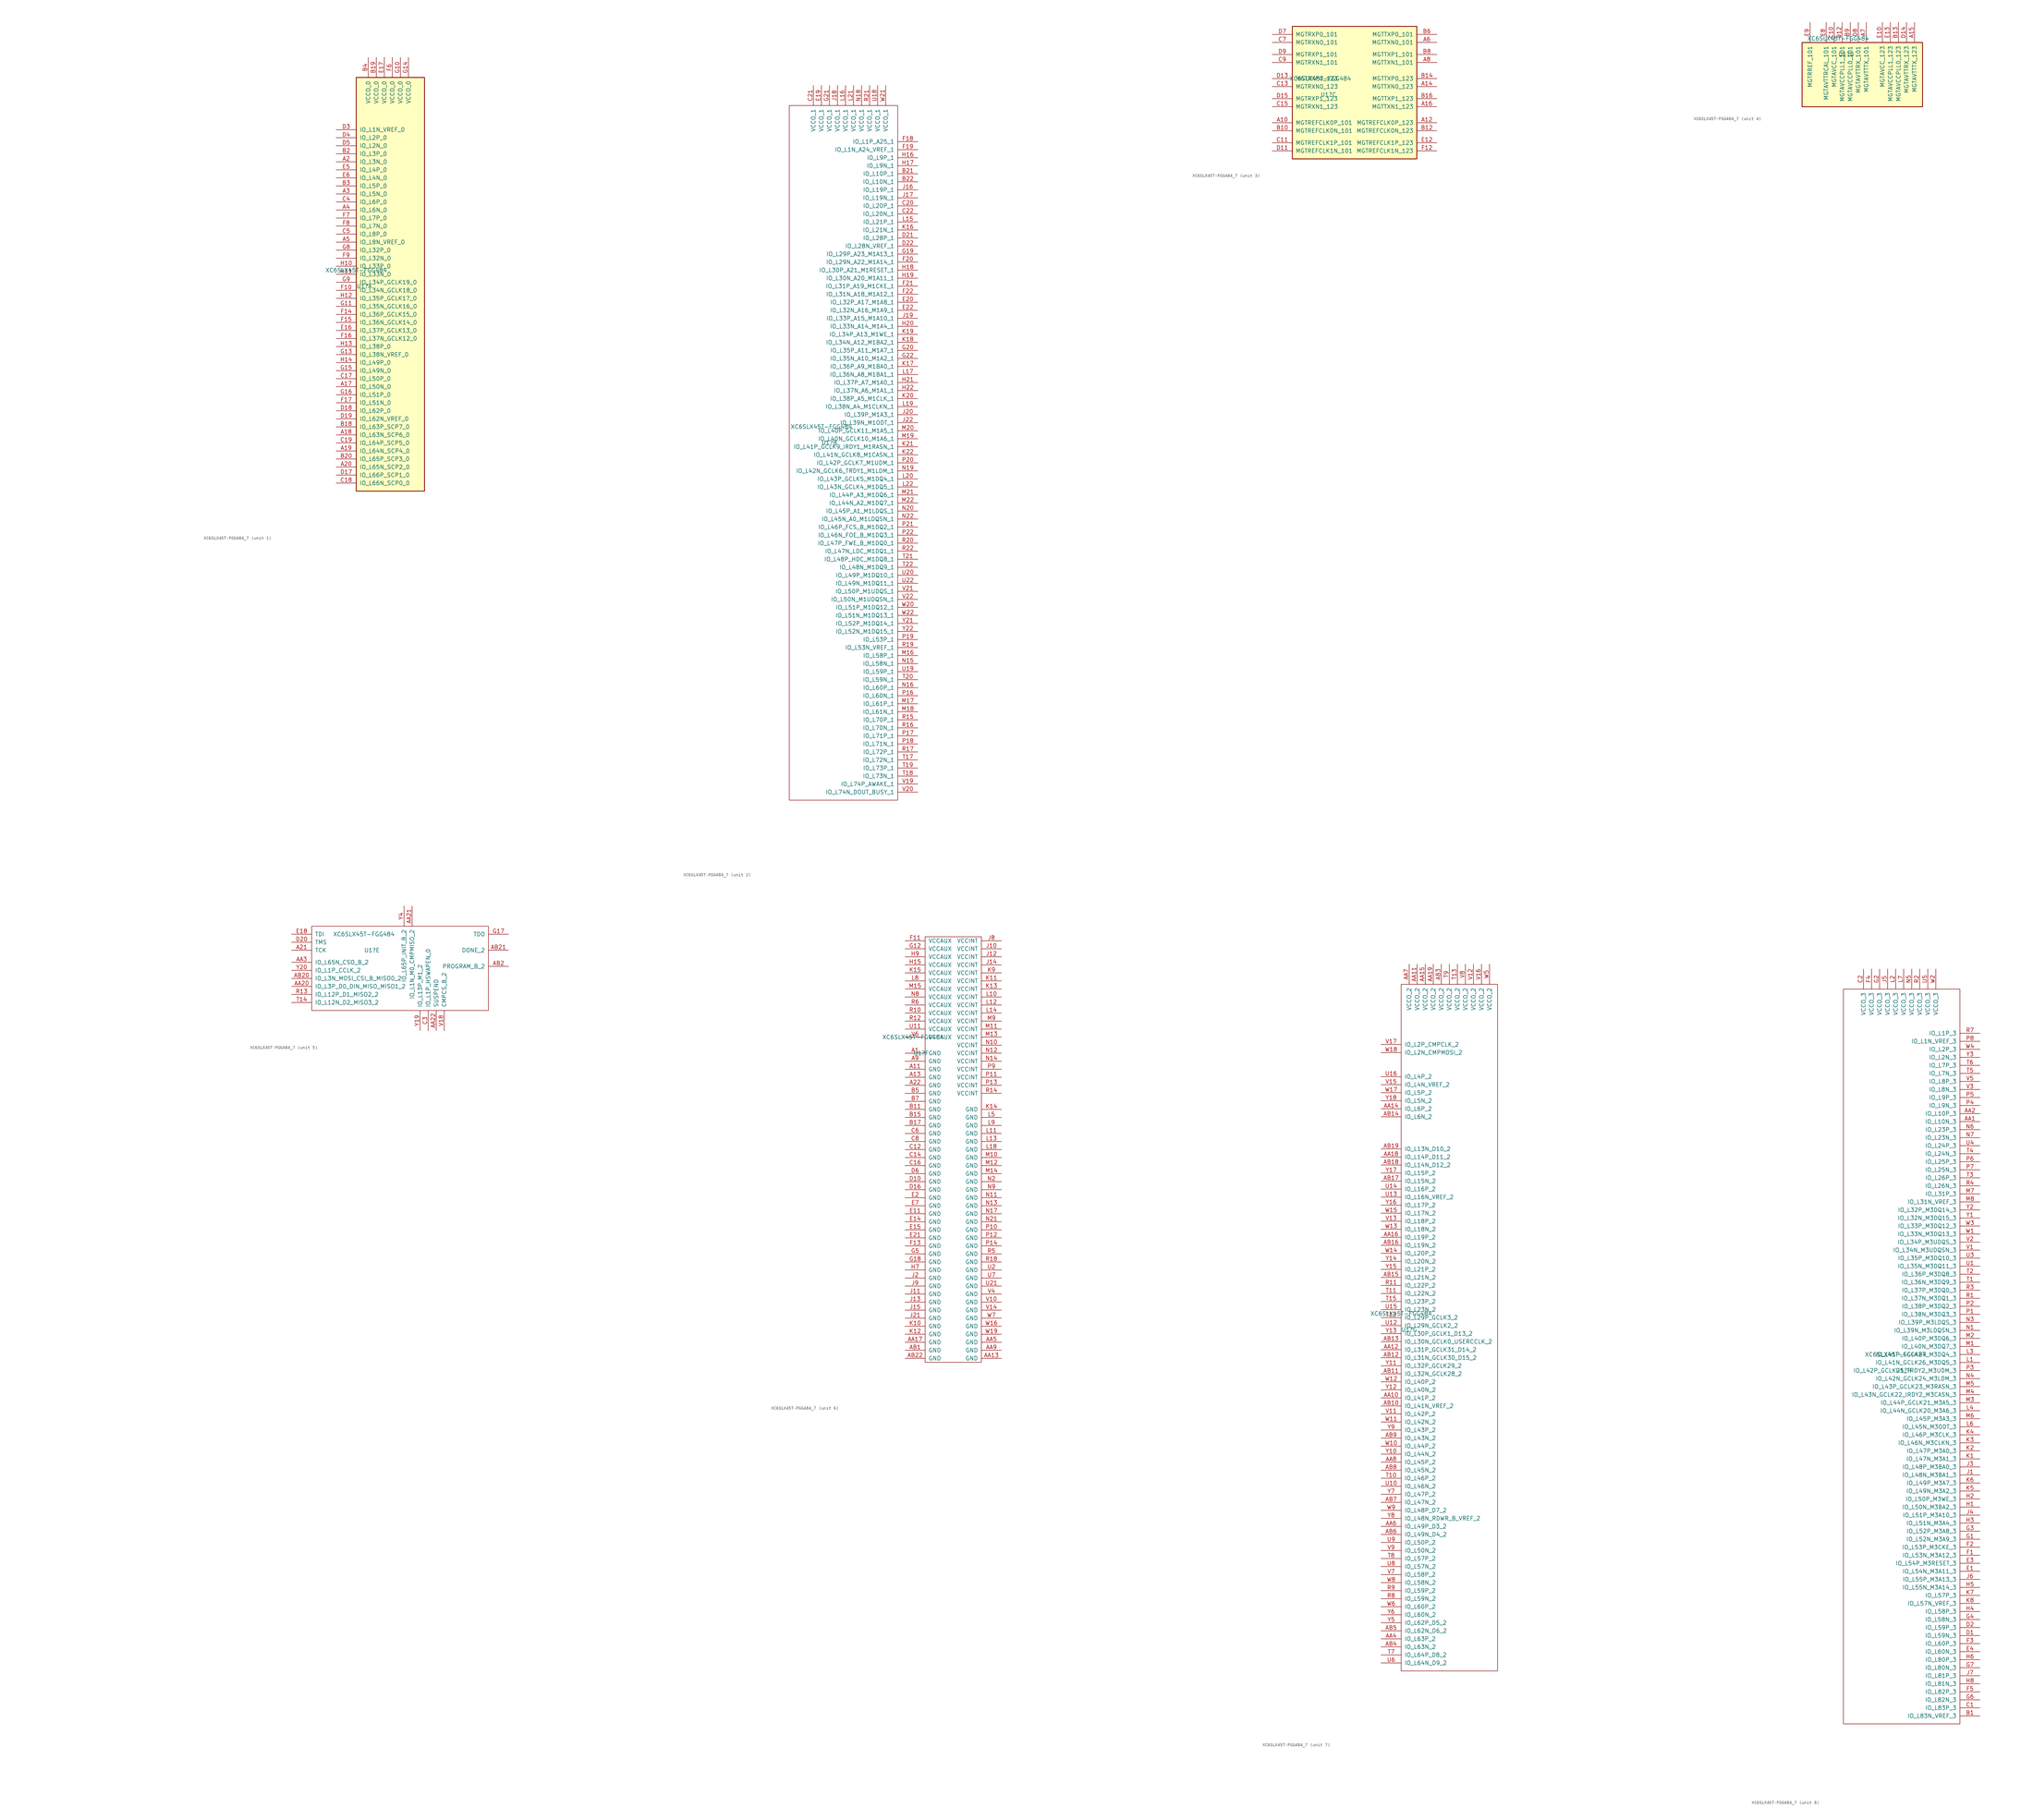
<source format=kicad_sym>
(kicad_symbol_lib
  (version 20241209)
  (generator "kicad_symbol_editor")
  (generator_version "9.0")
  (symbol "XC6SLX45T-FGG484_7"
    (pin_names
      (offset 1.016))
    (property "Reference" "U1"
      (at -8.89 5.08 0)
      (effects (font (size 1.27 1.27))))
    (property "Value" "XC6SLX45T-FGG484"
      (at -11.43 10.16 0)
      (effects (font (size 1.27 1.27))))
    (property "Datasheet" ""
      (at -107.95 7.62 0)
      (effects (font (size 1.27 1.27))))
    (property "ki_locked" ""
      (at 0 0 0)
      (effects (font (size 1.27 1.27))))
    (symbol "XC6SLX45T-FGG484_7_1_1"
      (rectangle (start -11.43 71.12) (end 10.16 -59.69) (stroke (width 0.254) (type default)) (fill (type background)))
      (pin bidirectional line (at -17.78 54.61 0) (length 6.35) (name "IO_L1N_VREF_0" (effects (font (size 1.27 1.27)))) (number "D3" (effects (font (size 1.27 1.27)))))
      (pin bidirectional line (at -17.78 52.07 0) (length 6.35) (name "IO_L2P_0" (effects (font (size 1.27 1.27)))) (number "D4" (effects (font (size 1.27 1.27)))))
      (pin bidirectional line (at -17.78 49.53 0) (length 6.35) (name "IO_L2N_0" (effects (font (size 1.27 1.27)))) (number "D5" (effects (font (size 1.27 1.27)))))
      (pin bidirectional line (at -17.78 46.99 0) (length 6.35) (name "IO_L3P_0" (effects (font (size 1.27 1.27)))) (number "B2" (effects (font (size 1.27 1.27)))))
      (pin bidirectional line (at -17.78 44.45 0) (length 6.35) (name "IO_L3N_0" (effects (font (size 1.27 1.27)))) (number "A2" (effects (font (size 1.27 1.27)))))
      (pin bidirectional line (at -17.78 41.91 0) (length 6.35) (name "IO_L4P_0" (effects (font (size 1.27 1.27)))) (number "E5" (effects (font (size 1.27 1.27)))))
      (pin bidirectional line (at -17.78 39.37 0) (length 6.35) (name "IO_L4N_0" (effects (font (size 1.27 1.27)))) (number "E6" (effects (font (size 1.27 1.27)))))
      (pin bidirectional line (at -17.78 36.83 0) (length 6.35) (name "IO_L5P_0" (effects (font (size 1.27 1.27)))) (number "B3" (effects (font (size 1.27 1.27)))))
      (pin bidirectional line (at -17.78 34.29 0) (length 6.35) (name "IO_L5N_0" (effects (font (size 1.27 1.27)))) (number "A3" (effects (font (size 1.27 1.27)))))
      (pin bidirectional line (at -17.78 31.75 0) (length 6.35) (name "IO_L6P_0" (effects (font (size 1.27 1.27)))) (number "C4" (effects (font (size 1.27 1.27)))))
      (pin bidirectional line (at -17.78 29.21 0) (length 6.35) (name "IO_L6N_0" (effects (font (size 1.27 1.27)))) (number "A4" (effects (font (size 1.27 1.27)))))
      (pin bidirectional line (at -17.78 26.67 0) (length 6.35) (name "IO_L7P_0" (effects (font (size 1.27 1.27)))) (number "F7" (effects (font (size 1.27 1.27)))))
      (pin bidirectional line (at -17.78 24.13 0) (length 6.35) (name "IO_L7N_0" (effects (font (size 1.27 1.27)))) (number "F8" (effects (font (size 1.27 1.27)))))
      (pin bidirectional line (at -17.78 21.59 0) (length 6.35) (name "IO_L8P_0" (effects (font (size 1.27 1.27)))) (number "C5" (effects (font (size 1.27 1.27)))))
      (pin bidirectional line (at -17.78 19.05 0) (length 6.35) (name "IO_L8N_VREF_0" (effects (font (size 1.27 1.27)))) (number "A5" (effects (font (size 1.27 1.27)))))
      (pin bidirectional line (at -17.78 16.51 0) (length 6.35) (name "IO_L32P_0" (effects (font (size 1.27 1.27)))) (number "G8" (effects (font (size 1.27 1.27)))))
      (pin bidirectional line (at -17.78 13.97 0) (length 6.35) (name "IO_L32N_0" (effects (font (size 1.27 1.27)))) (number "F9" (effects (font (size 1.27 1.27)))))
      (pin bidirectional line (at -17.78 11.43 0) (length 6.35) (name "IO_L33P_0" (effects (font (size 1.27 1.27)))) (number "H10" (effects (font (size 1.27 1.27)))))
      (pin bidirectional line (at -17.78 8.89 0) (length 6.35) (name "IO_L33N_0" (effects (font (size 1.27 1.27)))) (number "H11" (effects (font (size 1.27 1.27)))))
      (pin bidirectional line (at -17.78 6.35 0) (length 6.35) (name "IO_L34P_GCLK19_0" (effects (font (size 1.27 1.27)))) (number "G9" (effects (font (size 1.27 1.27)))))
      (pin bidirectional line (at -17.78 3.81 0) (length 6.35) (name "IO_L34N_GCLK18_0" (effects (font (size 1.27 1.27)))) (number "F10" (effects (font (size 1.27 1.27)))))
      (pin bidirectional line (at -17.78 1.27 0) (length 6.35) (name "IO_L35P_GCLK17_0" (effects (font (size 1.27 1.27)))) (number "H12" (effects (font (size 1.27 1.27)))))
      (pin bidirectional line (at -17.78 -1.27 0) (length 6.35) (name "IO_L35N_GCLK16_0" (effects (font (size 1.27 1.27)))) (number "G11" (effects (font (size 1.27 1.27)))))
      (pin bidirectional line (at -17.78 -3.81 0) (length 6.35) (name "IO_L36P_GCLK15_0" (effects (font (size 1.27 1.27)))) (number "F14" (effects (font (size 1.27 1.27)))))
      (pin bidirectional line (at -17.78 -6.35 0) (length 6.35) (name "IO_L36N_GCLK14_0" (effects (font (size 1.27 1.27)))) (number "F15" (effects (font (size 1.27 1.27)))))
      (pin bidirectional line (at -17.78 -8.89 0) (length 6.35) (name "IO_L37P_GCLK13_0" (effects (font (size 1.27 1.27)))) (number "E16" (effects (font (size 1.27 1.27)))))
      (pin bidirectional line (at -17.78 -11.43 0) (length 6.35) (name "IO_L37N_GCLK12_0" (effects (font (size 1.27 1.27)))) (number "F16" (effects (font (size 1.27 1.27)))))
      (pin bidirectional line (at -17.78 -13.97 0) (length 6.35) (name "IO_L38P_0" (effects (font (size 1.27 1.27)))) (number "H13" (effects (font (size 1.27 1.27)))))
      (pin bidirectional line (at -17.78 -16.51 0) (length 6.35) (name "IO_L38N_VREF_0" (effects (font (size 1.27 1.27)))) (number "G13" (effects (font (size 1.27 1.27)))))
      (pin bidirectional line (at -17.78 -19.05 0) (length 6.35) (name "IO_L49P_0" (effects (font (size 1.27 1.27)))) (number "H14" (effects (font (size 1.27 1.27)))))
      (pin bidirectional line (at -17.78 -21.59 0) (length 6.35) (name "IO_L49N_0" (effects (font (size 1.27 1.27)))) (number "G15" (effects (font (size 1.27 1.27)))))
      (pin bidirectional line (at -17.78 -24.13 0) (length 6.35) (name "IO_L50P_0" (effects (font (size 1.27 1.27)))) (number "C17" (effects (font (size 1.27 1.27)))))
      (pin bidirectional line (at -17.78 -26.67 0) (length 6.35) (name "IO_L50N_0" (effects (font (size 1.27 1.27)))) (number "A17" (effects (font (size 1.27 1.27)))))
      (pin bidirectional line (at -17.78 -29.21 0) (length 6.35) (name "IO_L51P_0" (effects (font (size 1.27 1.27)))) (number "G16" (effects (font (size 1.27 1.27)))))
      (pin bidirectional line (at -17.78 -31.75 0) (length 6.35) (name "IO_L51N_0" (effects (font (size 1.27 1.27)))) (number "F17" (effects (font (size 1.27 1.27)))))
      (pin bidirectional line (at -17.78 -34.29 0) (length 6.35) (name "IO_L62P_0" (effects (font (size 1.27 1.27)))) (number "D18" (effects (font (size 1.27 1.27)))))
      (pin bidirectional line (at -17.78 -36.83 0) (length 6.35) (name "IO_L62N_VREF_0" (effects (font (size 1.27 1.27)))) (number "D19" (effects (font (size 1.27 1.27)))))
      (pin bidirectional line (at -17.78 -39.37 0) (length 6.35) (name "IO_L63P_SCP7_0" (effects (font (size 1.27 1.27)))) (number "B18" (effects (font (size 1.27 1.27)))))
      (pin bidirectional line (at -17.78 -41.91 0) (length 6.35) (name "IO_L63N_SCP6_0" (effects (font (size 1.27 1.27)))) (number "A18" (effects (font (size 1.27 1.27)))))
      (pin bidirectional line (at -17.78 -44.45 0) (length 6.35) (name "IO_L64P_SCP5_0" (effects (font (size 1.27 1.27)))) (number "C19" (effects (font (size 1.27 1.27)))))
      (pin bidirectional line (at -17.78 -46.99 0) (length 6.35) (name "IO_L64N_SCP4_0" (effects (font (size 1.27 1.27)))) (number "A19" (effects (font (size 1.27 1.27)))))
      (pin bidirectional line (at -17.78 -49.53 0) (length 6.35) (name "IO_L65P_SCP3_0" (effects (font (size 1.27 1.27)))) (number "B20" (effects (font (size 1.27 1.27)))))
      (pin bidirectional line (at -17.78 -52.07 0) (length 6.35) (name "IO_L65N_SCP2_0" (effects (font (size 1.27 1.27)))) (number "A20" (effects (font (size 1.27 1.27)))))
      (pin bidirectional line (at -17.78 -54.61 0) (length 6.35) (name "IO_L66P_SCP1_0" (effects (font (size 1.27 1.27)))) (number "D17" (effects (font (size 1.27 1.27)))))
      (pin bidirectional line (at -17.78 -57.15 0) (length 6.35) (name "IO_L66N_SCP0_0" (effects (font (size 1.27 1.27)))) (number "C18" (effects (font (size 1.27 1.27)))))
      (pin power_in line (at -7.62 77.47 270) (length 6.35) (name "VCCO_0" (effects (font (size 1.27 1.27)))) (number "B4" (effects (font (size 1.27 1.27)))))
      (pin power_in line (at -5.08 77.47 270) (length 6.35) (name "VCCO_0" (effects (font (size 1.27 1.27)))) (number "B19" (effects (font (size 1.27 1.27)))))
      (pin power_in line (at -2.54 77.47 270) (length 6.35) (name "VCCO_0" (effects (font (size 1.27 1.27)))) (number "E17" (effects (font (size 1.27 1.27)))))
      (pin power_in line (at 0 77.47 270) (length 6.35) (name "VCCO_0" (effects (font (size 1.27 1.27)))) (number "F6" (effects (font (size 1.27 1.27)))))
      (pin power_in line (at 2.54 77.47 270) (length 6.35) (name "VCCO_0" (effects (font (size 1.27 1.27)))) (number "G10" (effects (font (size 1.27 1.27)))))
      (pin power_in line (at 5.08 77.47 270) (length 6.35) (name "VCCO_0" (effects (font (size 1.27 1.27)))) (number "G14" (effects (font (size 1.27 1.27))))))
    (symbol "XC6SLX45T-FGG484_7_2_1"
      (rectangle (start -21.59 111.76) (end 12.7 -107.95) (stroke (width 0) (type default)) (fill (type none)))
      (pin power_in line (at -13.97 118.11 270) (length 6.35) (name "VCCO_1" (effects (font (size 1.27 1.27)))) (number "C21" (effects (font (size 1.27 1.27)))))
      (pin power_in line (at -11.43 118.11 270) (length 6.35) (name "VCCO_1" (effects (font (size 1.27 1.27)))) (number "E19" (effects (font (size 1.27 1.27)))))
      (pin power_in line (at -8.89 118.11 270) (length 6.35) (name "VCCO_1" (effects (font (size 1.27 1.27)))) (number "G21" (effects (font (size 1.27 1.27)))))
      (pin power_in line (at -6.35 118.11 270) (length 6.35) (name "VCCO_1" (effects (font (size 1.27 1.27)))) (number "J18" (effects (font (size 1.27 1.27)))))
      (pin power_in line (at -3.81 118.11 270) (length 6.35) (name "VCCO_1" (effects (font (size 1.27 1.27)))) (number "L16" (effects (font (size 1.27 1.27)))))
      (pin power_in line (at -1.27 118.11 270) (length 6.35) (name "VCCO_1" (effects (font (size 1.27 1.27)))) (number "L21" (effects (font (size 1.27 1.27)))))
      (pin power_in line (at 1.27 118.11 270) (length 6.35) (name "VCCO_1" (effects (font (size 1.27 1.27)))) (number "N18" (effects (font (size 1.27 1.27)))))
      (pin power_in line (at 3.81 118.11 270) (length 6.35) (name "VCCO_1" (effects (font (size 1.27 1.27)))) (number "R21" (effects (font (size 1.27 1.27)))))
      (pin power_in line (at 6.35 118.11 270) (length 6.35) (name "VCCO_1" (effects (font (size 1.27 1.27)))) (number "U18" (effects (font (size 1.27 1.27)))))
      (pin power_in line (at 8.89 118.11 270) (length 6.35) (name "VCCO_1" (effects (font (size 1.27 1.27)))) (number "W21" (effects (font (size 1.27 1.27)))))
      (pin bidirectional line (at 19.05 100.33 180) (length 6.35) (name "IO_L1P_A25_1" (effects (font (size 1.27 1.27)))) (number "F18" (effects (font (size 1.27 1.27)))))
      (pin bidirectional line (at 19.05 97.79 180) (length 6.35) (name "IO_L1N_A24_VREF_1" (effects (font (size 1.27 1.27)))) (number "F19" (effects (font (size 1.27 1.27)))))
      (pin bidirectional line (at 19.05 95.25 180) (length 6.35) (name "IO_L9P_1" (effects (font (size 1.27 1.27)))) (number "H16" (effects (font (size 1.27 1.27)))))
      (pin bidirectional line (at 19.05 92.71 180) (length 6.35) (name "IO_L9N_1" (effects (font (size 1.27 1.27)))) (number "H17" (effects (font (size 1.27 1.27)))))
      (pin bidirectional line (at 19.05 90.17 180) (length 6.35) (name "IO_L10P_1" (effects (font (size 1.27 1.27)))) (number "B21" (effects (font (size 1.27 1.27)))))
      (pin bidirectional line (at 19.05 87.63 180) (length 6.35) (name "IO_L10N_1" (effects (font (size 1.27 1.27)))) (number "B22" (effects (font (size 1.27 1.27)))))
      (pin bidirectional line (at 19.05 85.09 180) (length 6.35) (name "IO_L19P_1" (effects (font (size 1.27 1.27)))) (number "J16" (effects (font (size 1.27 1.27)))))
      (pin bidirectional line (at 19.05 82.55 180) (length 6.35) (name "IO_L19N_1" (effects (font (size 1.27 1.27)))) (number "J17" (effects (font (size 1.27 1.27)))))
      (pin bidirectional line (at 19.05 80.01 180) (length 6.35) (name "IO_L20P_1" (effects (font (size 1.27 1.27)))) (number "C20" (effects (font (size 1.27 1.27)))))
      (pin bidirectional line (at 19.05 77.47 180) (length 6.35) (name "IO_L20N_1" (effects (font (size 1.27 1.27)))) (number "C22" (effects (font (size 1.27 1.27)))))
      (pin bidirectional line (at 19.05 74.93 180) (length 6.35) (name "IO_L21P_1" (effects (font (size 1.27 1.27)))) (number "L15" (effects (font (size 1.27 1.27)))))
      (pin bidirectional line (at 19.05 72.39 180) (length 6.35) (name "IO_L21N_1" (effects (font (size 1.27 1.27)))) (number "K16" (effects (font (size 1.27 1.27)))))
      (pin bidirectional line (at 19.05 69.85 180) (length 6.35) (name "IO_L28P_1" (effects (font (size 1.27 1.27)))) (number "D21" (effects (font (size 1.27 1.27)))))
      (pin bidirectional line (at 19.05 67.31 180) (length 6.35) (name "IO_L28N_VREF_1" (effects (font (size 1.27 1.27)))) (number "D22" (effects (font (size 1.27 1.27)))))
      (pin bidirectional line (at 19.05 64.77 180) (length 6.35) (name "IO_L29P_A23_M1A13_1" (effects (font (size 1.27 1.27)))) (number "G19" (effects (font (size 1.27 1.27)))))
      (pin bidirectional line (at 19.05 62.23 180) (length 6.35) (name "IO_L29N_A22_M1A14_1" (effects (font (size 1.27 1.27)))) (number "F20" (effects (font (size 1.27 1.27)))))
      (pin bidirectional line (at 19.05 59.69 180) (length 6.35) (name "IO_L30P_A21_M1RESET_1" (effects (font (size 1.27 1.27)))) (number "H18" (effects (font (size 1.27 1.27)))))
      (pin bidirectional line (at 19.05 57.15 180) (length 6.35) (name "IO_L30N_A20_M1A11_1" (effects (font (size 1.27 1.27)))) (number "H19" (effects (font (size 1.27 1.27)))))
      (pin bidirectional line (at 19.05 54.61 180) (length 6.35) (name "IO_L31P_A19_M1CKE_1" (effects (font (size 1.27 1.27)))) (number "F21" (effects (font (size 1.27 1.27)))))
      (pin bidirectional line (at 19.05 52.07 180) (length 6.35) (name "IO_L31N_A18_M1A12_1" (effects (font (size 1.27 1.27)))) (number "F22" (effects (font (size 1.27 1.27)))))
      (pin bidirectional line (at 19.05 49.53 180) (length 6.35) (name "IO_L32P_A17_M1A8_1" (effects (font (size 1.27 1.27)))) (number "E20" (effects (font (size 1.27 1.27)))))
      (pin bidirectional line (at 19.05 46.99 180) (length 6.35) (name "IO_L32N_A16_M1A9_1" (effects (font (size 1.27 1.27)))) (number "E22" (effects (font (size 1.27 1.27)))))
      (pin bidirectional line (at 19.05 44.45 180) (length 6.35) (name "IO_L33P_A15_M1A10_1" (effects (font (size 1.27 1.27)))) (number "J19" (effects (font (size 1.27 1.27)))))
      (pin bidirectional line (at 19.05 41.91 180) (length 6.35) (name "IO_L33N_A14_M1A4_1" (effects (font (size 1.27 1.27)))) (number "H20" (effects (font (size 1.27 1.27)))))
      (pin bidirectional line (at 19.05 39.37 180) (length 6.35) (name "IO_L34P_A13_M1WE_1" (effects (font (size 1.27 1.27)))) (number "K19" (effects (font (size 1.27 1.27)))))
      (pin bidirectional line (at 19.05 36.83 180) (length 6.35) (name "IO_L34N_A12_M1BA2_1" (effects (font (size 1.27 1.27)))) (number "K18" (effects (font (size 1.27 1.27)))))
      (pin bidirectional line (at 19.05 34.29 180) (length 6.35) (name "IO_L35P_A11_M1A7_1" (effects (font (size 1.27 1.27)))) (number "G20" (effects (font (size 1.27 1.27)))))
      (pin bidirectional line (at 19.05 31.75 180) (length 6.35) (name "IO_L35N_A10_M1A2_1" (effects (font (size 1.27 1.27)))) (number "G22" (effects (font (size 1.27 1.27)))))
      (pin bidirectional line (at 19.05 29.21 180) (length 6.35) (name "IO_L36P_A9_M1BA0_1" (effects (font (size 1.27 1.27)))) (number "K17" (effects (font (size 1.27 1.27)))))
      (pin bidirectional line (at 19.05 26.67 180) (length 6.35) (name "IO_L36N_A8_M1BA1_1" (effects (font (size 1.27 1.27)))) (number "L17" (effects (font (size 1.27 1.27)))))
      (pin bidirectional line (at 19.05 24.13 180) (length 6.35) (name "IO_L37P_A7_M1A0_1" (effects (font (size 1.27 1.27)))) (number "H21" (effects (font (size 1.27 1.27)))))
      (pin bidirectional line (at 19.05 21.59 180) (length 6.35) (name "IO_L37N_A6_M1A1_1" (effects (font (size 1.27 1.27)))) (number "H22" (effects (font (size 1.27 1.27)))))
      (pin bidirectional line (at 19.05 19.05 180) (length 6.35) (name "IO_L38P_A5_M1CLK_1" (effects (font (size 1.27 1.27)))) (number "K20" (effects (font (size 1.27 1.27)))))
      (pin bidirectional line (at 19.05 16.51 180) (length 6.35) (name "IO_L38N_A4_M1CLKN_1" (effects (font (size 1.27 1.27)))) (number "L19" (effects (font (size 1.27 1.27)))))
      (pin bidirectional line (at 19.05 13.97 180) (length 6.35) (name "IO_L39P_M1A3_1" (effects (font (size 1.27 1.27)))) (number "J20" (effects (font (size 1.27 1.27)))))
      (pin bidirectional line (at 19.05 11.43 180) (length 6.35) (name "IO_L39N_M1ODT_1" (effects (font (size 1.27 1.27)))) (number "J22" (effects (font (size 1.27 1.27)))))
      (pin bidirectional line (at 19.05 8.89 180) (length 6.35) (name "IO_L40P_GCLK11_M1A5_1" (effects (font (size 1.27 1.27)))) (number "M20" (effects (font (size 1.27 1.27)))))
      (pin bidirectional line (at 19.05 6.35 180) (length 6.35) (name "IO_L40N_GCLK10_M1A6_1" (effects (font (size 1.27 1.27)))) (number "M19" (effects (font (size 1.27 1.27)))))
      (pin bidirectional line (at 19.05 3.81 180) (length 6.35) (name "IO_L41P_GCLK9_IRDY1_M1RASN_1" (effects (font (size 1.27 1.27)))) (number "K21" (effects (font (size 1.27 1.27)))))
      (pin bidirectional line (at 19.05 1.27 180) (length 6.35) (name "IO_L41N_GCLK8_M1CASN_1" (effects (font (size 1.27 1.27)))) (number "K22" (effects (font (size 1.27 1.27)))))
      (pin bidirectional line (at 19.05 -1.27 180) (length 6.35) (name "IO_L42P_GCLK7_M1UDM_1" (effects (font (size 1.27 1.27)))) (number "P20" (effects (font (size 1.27 1.27)))))
      (pin bidirectional line (at 19.05 -3.81 180) (length 6.35) (name "IO_L42N_GCLK6_TRDY1_M1LDM_1" (effects (font (size 1.27 1.27)))) (number "N19" (effects (font (size 1.27 1.27)))))
      (pin bidirectional line (at 19.05 -6.35 180) (length 6.35) (name "IO_L43P_GCLK5_M1DQ4_1" (effects (font (size 1.27 1.27)))) (number "L20" (effects (font (size 1.27 1.27)))))
      (pin bidirectional line (at 19.05 -8.89 180) (length 6.35) (name "IO_L43N_GCLK4_M1DQ5_1" (effects (font (size 1.27 1.27)))) (number "L22" (effects (font (size 1.27 1.27)))))
      (pin bidirectional line (at 19.05 -11.43 180) (length 6.35) (name "IO_L44P_A3_M1DQ6_1" (effects (font (size 1.27 1.27)))) (number "M21" (effects (font (size 1.27 1.27)))))
      (pin bidirectional line (at 19.05 -13.97 180) (length 6.35) (name "IO_L44N_A2_M1DQ7_1" (effects (font (size 1.27 1.27)))) (number "M22" (effects (font (size 1.27 1.27)))))
      (pin bidirectional line (at 19.05 -16.51 180) (length 6.35) (name "IO_L45P_A1_M1LDQS_1" (effects (font (size 1.27 1.27)))) (number "N20" (effects (font (size 1.27 1.27)))))
      (pin bidirectional line (at 19.05 -19.05 180) (length 6.35) (name "IO_L45N_A0_M1LDQSN_1" (effects (font (size 1.27 1.27)))) (number "N22" (effects (font (size 1.27 1.27)))))
      (pin bidirectional line (at 19.05 -21.59 180) (length 6.35) (name "IO_L46P_FCS_B_M1DQ2_1" (effects (font (size 1.27 1.27)))) (number "P21" (effects (font (size 1.27 1.27)))))
      (pin bidirectional line (at 19.05 -24.13 180) (length 6.35) (name "IO_L46N_FOE_B_M1DQ3_1" (effects (font (size 1.27 1.27)))) (number "P22" (effects (font (size 1.27 1.27)))))
      (pin bidirectional line (at 19.05 -26.67 180) (length 6.35) (name "IO_L47P_FWE_B_M1DQ0_1" (effects (font (size 1.27 1.27)))) (number "R20" (effects (font (size 1.27 1.27)))))
      (pin bidirectional line (at 19.05 -29.21 180) (length 6.35) (name "IO_L47N_LDC_M1DQ1_1" (effects (font (size 1.27 1.27)))) (number "R22" (effects (font (size 1.27 1.27)))))
      (pin bidirectional line (at 19.05 -31.75 180) (length 6.35) (name "IO_L48P_HDC_M1DQ8_1" (effects (font (size 1.27 1.27)))) (number "T21" (effects (font (size 1.27 1.27)))))
      (pin bidirectional line (at 19.05 -34.29 180) (length 6.35) (name "IO_L48N_M1DQ9_1" (effects (font (size 1.27 1.27)))) (number "T22" (effects (font (size 1.27 1.27)))))
      (pin bidirectional line (at 19.05 -36.83 180) (length 6.35) (name "IO_L49P_M1DQ10_1" (effects (font (size 1.27 1.27)))) (number "U20" (effects (font (size 1.27 1.27)))))
      (pin bidirectional line (at 19.05 -39.37 180) (length 6.35) (name "IO_L49N_M1DQ11_1" (effects (font (size 1.27 1.27)))) (number "U22" (effects (font (size 1.27 1.27)))))
      (pin bidirectional line (at 19.05 -41.91 180) (length 6.35) (name "IO_L50P_M1UDQS_1" (effects (font (size 1.27 1.27)))) (number "V21" (effects (font (size 1.27 1.27)))))
      (pin bidirectional line (at 19.05 -44.45 180) (length 6.35) (name "IO_L50N_M1UDQSN_1" (effects (font (size 1.27 1.27)))) (number "V22" (effects (font (size 1.27 1.27)))))
      (pin bidirectional line (at 19.05 -46.99 180) (length 6.35) (name "IO_L51P_M1DQ12_1" (effects (font (size 1.27 1.27)))) (number "W20" (effects (font (size 1.27 1.27)))))
      (pin bidirectional line (at 19.05 -49.53 180) (length 6.35) (name "IO_L51N_M1DQ13_1" (effects (font (size 1.27 1.27)))) (number "W22" (effects (font (size 1.27 1.27)))))
      (pin bidirectional line (at 19.05 -52.07 180) (length 6.35) (name "IO_L52P_M1DQ14_1" (effects (font (size 1.27 1.27)))) (number "Y21" (effects (font (size 1.27 1.27)))))
      (pin bidirectional line (at 19.05 -54.61 180) (length 6.35) (name "IO_L52N_M1DQ15_1" (effects (font (size 1.27 1.27)))) (number "Y22" (effects (font (size 1.27 1.27)))))
      (pin bidirectional line (at 19.05 -57.15 180) (length 6.35) (name "IO_L53P_1" (effects (font (size 1.27 1.27)))) (number "P19" (effects (font (size 1.27 1.27)))))
      (pin bidirectional line (at 19.05 -59.69 180) (length 6.35) (name "IO_L53N_VREF_1" (effects (font (size 1.27 1.27)))) (number "R19" (effects (font (size 1.27 1.27)))))
      (pin bidirectional line (at 19.05 -62.23 180) (length 6.35) (name "IO_L58P_1" (effects (font (size 1.27 1.27)))) (number "M16" (effects (font (size 1.27 1.27)))))
      (pin bidirectional line (at 19.05 -64.77 180) (length 6.35) (name "IO_L58N_1" (effects (font (size 1.27 1.27)))) (number "N15" (effects (font (size 1.27 1.27)))))
      (pin bidirectional line (at 19.05 -67.31 180) (length 6.35) (name "IO_L59P_1" (effects (font (size 1.27 1.27)))) (number "U19" (effects (font (size 1.27 1.27)))))
      (pin bidirectional line (at 19.05 -69.85 180) (length 6.35) (name "IO_L59N_1" (effects (font (size 1.27 1.27)))) (number "T20" (effects (font (size 1.27 1.27)))))
      (pin bidirectional line (at 19.05 -72.39 180) (length 6.35) (name "IO_L60P_1" (effects (font (size 1.27 1.27)))) (number "N16" (effects (font (size 1.27 1.27)))))
      (pin bidirectional line (at 19.05 -74.93 180) (length 6.35) (name "IO_L60N_1" (effects (font (size 1.27 1.27)))) (number "P16" (effects (font (size 1.27 1.27)))))
      (pin bidirectional line (at 19.05 -77.47 180) (length 6.35) (name "IO_L61P_1" (effects (font (size 1.27 1.27)))) (number "M17" (effects (font (size 1.27 1.27)))))
      (pin bidirectional line (at 19.05 -80.01 180) (length 6.35) (name "IO_L61N_1" (effects (font (size 1.27 1.27)))) (number "M18" (effects (font (size 1.27 1.27)))))
      (pin bidirectional line (at 19.05 -82.55 180) (length 6.35) (name "IO_L70P_1" (effects (font (size 1.27 1.27)))) (number "R15" (effects (font (size 1.27 1.27)))))
      (pin bidirectional line (at 19.05 -85.09 180) (length 6.35) (name "IO_L70N_1" (effects (font (size 1.27 1.27)))) (number "R16" (effects (font (size 1.27 1.27)))))
      (pin bidirectional line (at 19.05 -87.63 180) (length 6.35) (name "IO_L71P_1" (effects (font (size 1.27 1.27)))) (number "P17" (effects (font (size 1.27 1.27)))))
      (pin bidirectional line (at 19.05 -90.17 180) (length 6.35) (name "IO_L71N_1" (effects (font (size 1.27 1.27)))) (number "P18" (effects (font (size 1.27 1.27)))))
      (pin bidirectional line (at 19.05 -92.71 180) (length 6.35) (name "IO_L72P_1" (effects (font (size 1.27 1.27)))) (number "R17" (effects (font (size 1.27 1.27)))))
      (pin bidirectional line (at 19.05 -95.25 180) (length 6.35) (name "IO_L72N_1" (effects (font (size 1.27 1.27)))) (number "T17" (effects (font (size 1.27 1.27)))))
      (pin bidirectional line (at 19.05 -97.79 180) (length 6.35) (name "IO_L73P_1" (effects (font (size 1.27 1.27)))) (number "T19" (effects (font (size 1.27 1.27)))))
      (pin bidirectional line (at 19.05 -100.33 180) (length 6.35) (name "IO_L73N_1" (effects (font (size 1.27 1.27)))) (number "T18" (effects (font (size 1.27 1.27)))))
      (pin bidirectional line (at 19.05 -102.87 180) (length 6.35) (name "IO_L74P_AWAKE_1" (effects (font (size 1.27 1.27)))) (number "V19" (effects (font (size 1.27 1.27)))))
      (pin bidirectional line (at 19.05 -105.41 180) (length 6.35) (name "IO_L74N_DOUT_BUSY_1" (effects (font (size 1.27 1.27)))) (number "V20" (effects (font (size 1.27 1.27))))))
    (symbol "XC6SLX45T-FGG484_7_3_1"
      (rectangle (start -20.32 26.67) (end 19.05 -15.24) (stroke (width 0.254) (type default)) (fill (type background)))
      (pin bidirectional line (at -26.67 24.13 0) (length 6.35) (name "MGTRXP0_101" (effects (font (size 1.27 1.27)))) (number "D7" (effects (font (size 1.27 1.27)))))
      (pin bidirectional line (at -26.67 21.59 0) (length 6.35) (name "MGTRXN0_101" (effects (font (size 1.27 1.27)))) (number "C7" (effects (font (size 1.27 1.27)))))
      (pin bidirectional line (at -26.67 17.78 0) (length 6.35) (name "MGTRXP1_101" (effects (font (size 1.27 1.27)))) (number "D9" (effects (font (size 1.27 1.27)))))
      (pin bidirectional line (at -26.67 15.24 0) (length 6.35) (name "MGTRXN1_101" (effects (font (size 1.27 1.27)))) (number "C9" (effects (font (size 1.27 1.27)))))
      (pin bidirectional line (at -26.67 10.16 0) (length 6.35) (name "MGTRXP0_123" (effects (font (size 1.27 1.27)))) (number "D13" (effects (font (size 1.27 1.27)))))
      (pin bidirectional line (at -26.67 7.62 0) (length 6.35) (name "MGTRXN0_123" (effects (font (size 1.27 1.27)))) (number "C13" (effects (font (size 1.27 1.27)))))
      (pin bidirectional line (at -26.67 3.81 0) (length 6.35) (name "MGTRXP1_123" (effects (font (size 1.27 1.27)))) (number "D15" (effects (font (size 1.27 1.27)))))
      (pin bidirectional line (at -26.67 1.27 0) (length 6.35) (name "MGTRXN1_123" (effects (font (size 1.27 1.27)))) (number "C15" (effects (font (size 1.27 1.27)))))
      (pin bidirectional line (at -26.67 -3.81 0) (length 6.35) (name "MGTREFCLK0P_101" (effects (font (size 1.27 1.27)))) (number "A10" (effects (font (size 1.27 1.27)))))
      (pin bidirectional line (at -26.67 -6.35 0) (length 6.35) (name "MGTREFCLK0N_101" (effects (font (size 1.27 1.27)))) (number "B10" (effects (font (size 1.27 1.27)))))
      (pin bidirectional line (at -26.67 -10.16 0) (length 6.35) (name "MGTREFCLK1P_101" (effects (font (size 1.27 1.27)))) (number "C11" (effects (font (size 1.27 1.27)))))
      (pin bidirectional line (at -26.67 -12.7 0) (length 6.35) (name "MGTREFCLK1N_101" (effects (font (size 1.27 1.27)))) (number "D11" (effects (font (size 1.27 1.27)))))
      (pin bidirectional line (at 25.4 24.13 180) (length 6.35) (name "MGTTXP0_101" (effects (font (size 1.27 1.27)))) (number "B6" (effects (font (size 1.27 1.27)))))
      (pin bidirectional line (at 25.4 21.59 180) (length 6.35) (name "MGTTXN0_101" (effects (font (size 1.27 1.27)))) (number "A6" (effects (font (size 1.27 1.27)))))
      (pin bidirectional line (at 25.4 17.78 180) (length 6.35) (name "MGTTXP1_101" (effects (font (size 1.27 1.27)))) (number "B8" (effects (font (size 1.27 1.27)))))
      (pin bidirectional line (at 25.4 15.24 180) (length 6.35) (name "MGTTXN1_101" (effects (font (size 1.27 1.27)))) (number "A8" (effects (font (size 1.27 1.27)))))
      (pin bidirectional line (at 25.4 10.16 180) (length 6.35) (name "MGTTXP0_123" (effects (font (size 1.27 1.27)))) (number "B14" (effects (font (size 1.27 1.27)))))
      (pin bidirectional line (at 25.4 7.62 180) (length 6.35) (name "MGTTXN0_123" (effects (font (size 1.27 1.27)))) (number "A14" (effects (font (size 1.27 1.27)))))
      (pin bidirectional line (at 25.4 3.81 180) (length 6.35) (name "MGTTXP1_123" (effects (font (size 1.27 1.27)))) (number "B16" (effects (font (size 1.27 1.27)))))
      (pin bidirectional line (at 25.4 1.27 180) (length 6.35) (name "MGTTXN1_123" (effects (font (size 1.27 1.27)))) (number "A16" (effects (font (size 1.27 1.27)))))
      (pin bidirectional line (at 25.4 -3.81 180) (length 6.35) (name "MGTREFCLK0P_123" (effects (font (size 1.27 1.27)))) (number "A12" (effects (font (size 1.27 1.27)))))
      (pin bidirectional line (at 25.4 -6.35 180) (length 6.35) (name "MGTREFCLK0N_123" (effects (font (size 1.27 1.27)))) (number "B12" (effects (font (size 1.27 1.27)))))
      (pin bidirectional line (at 25.4 -10.16 180) (length 6.35) (name "MGTREFCLK1P_123" (effects (font (size 1.27 1.27)))) (number "E12" (effects (font (size 1.27 1.27)))))
      (pin bidirectional line (at 25.4 -12.7 180) (length 6.35) (name "MGTREFCLK1N_123" (effects (font (size 1.27 1.27)))) (number "F12" (effects (font (size 1.27 1.27))))))
    (symbol "XC6SLX45T-FGG484_7_4_1"
      (rectangle (start -22.86 8.89) (end 15.24 -11.43) (stroke (width 0.254) (type default)) (fill (type background)))
      (pin power_in line (at -20.32 15.24 270) (length 6.35) (name "MGTRREF_101" (effects (font (size 1.27 1.27)))) (number "E9" (effects (font (size 1.27 1.27)))))
      (pin power_in line (at -15.24 15.24 270) (length 6.35) (name "MGTAVTTRCAL_101" (effects (font (size 1.27 1.27)))) (number "E8" (effects (font (size 1.27 1.27)))))
      (pin power_in line (at -12.7 15.24 270) (length 6.35) (name "MGTAVCC_101" (effects (font (size 1.27 1.27)))) (number "C10" (effects (font (size 1.27 1.27)))))
      (pin power_in line (at -10.16 15.24 270) (length 6.35) (name "MGTAVCCPLL1_101" (effects (font (size 1.27 1.27)))) (number "D12" (effects (font (size 1.27 1.27)))))
      (pin power_in line (at -7.62 15.24 270) (length 6.35) (name "MGTAVCCPLL0_101" (effects (font (size 1.27 1.27)))) (number "B9" (effects (font (size 1.27 1.27)))))
      (pin power_in line (at -5.08 15.24 270) (length 6.35) (name "MGTAVTTRX_101" (effects (font (size 1.27 1.27)))) (number "D8" (effects (font (size 1.27 1.27)))))
      (pin power_in line (at -2.54 15.24 270) (length 6.35) (name "MGTAVTTTX_101" (effects (font (size 1.27 1.27)))) (number "A7" (effects (font (size 1.27 1.27)))))
      (pin power_in line (at 2.54 15.24 270) (length 6.35) (name "MGTAVCC_123" (effects (font (size 1.27 1.27)))) (number "E10" (effects (font (size 1.27 1.27)))))
      (pin power_in line (at 5.08 15.24 270) (length 6.35) (name "MGTAVCCPLL1_123" (effects (font (size 1.27 1.27)))) (number "E13" (effects (font (size 1.27 1.27)))))
      (pin power_in line (at 7.62 15.24 270) (length 6.35) (name "MGTAVCCPLL0_123" (effects (font (size 1.27 1.27)))) (number "B13" (effects (font (size 1.27 1.27)))))
      (pin power_in line (at 10.16 15.24 270) (length 6.35) (name "MGTAVTTRX_123" (effects (font (size 1.27 1.27)))) (number "D14" (effects (font (size 1.27 1.27)))))
      (pin power_in line (at 12.7 15.24 270) (length 6.35) (name "MGTAVTTTX_123" (effects (font (size 1.27 1.27)))) (number "A15" (effects (font (size 1.27 1.27))))))
    (symbol "XC6SLX45T-FGG484_7_5_1"
      (rectangle (start -27.94 12.7) (end 27.94 -13.97) (stroke (width 0) (type default)) (fill (type none)))
      (pin bidirectional line (at -34.29 10.16 0) (length 6.35) (name "TDI" (effects (font (size 1.27 1.27)))) (number "E18" (effects (font (size 1.27 1.27)))))
      (pin bidirectional line (at -34.29 7.62 0) (length 6.35) (name "TMS" (effects (font (size 1.27 1.27)))) (number "D20" (effects (font (size 1.27 1.27)))))
      (pin bidirectional line (at -34.29 5.08 0) (length 6.35) (name "TCK" (effects (font (size 1.27 1.27)))) (number "A21" (effects (font (size 1.27 1.27)))))
      (pin bidirectional line (at -34.29 1.27 0) (length 6.35) (name "IO_L65N_CSO_B_2" (effects (font (size 1.27 1.27)))) (number "AA3" (effects (font (size 1.27 1.27)))))
      (pin bidirectional line (at -34.29 -1.27 0) (length 6.35) (name "IO_L1P_CCLK_2" (effects (font (size 1.27 1.27)))) (number "Y20" (effects (font (size 1.27 1.27)))))
      (pin bidirectional line (at -34.29 -3.81 0) (length 6.35) (name "IO_L3N_MOSI_CSI_B_MISO0_2" (effects (font (size 1.27 1.27)))) (number "AB20" (effects (font (size 1.27 1.27)))))
      (pin bidirectional line (at -34.29 -6.35 0) (length 6.35) (name "IO_L3P_D0_DIN_MISO_MISO1_2" (effects (font (size 1.27 1.27)))) (number "AA20" (effects (font (size 1.27 1.27)))))
      (pin bidirectional line (at -34.29 -8.89 0) (length 6.35) (name "IO_L12P_D1_MISO2_2" (effects (font (size 1.27 1.27)))) (number "R13" (effects (font (size 1.27 1.27)))))
      (pin bidirectional line (at -34.29 -11.43 0) (length 6.35) (name "IO_L12N_D2_MISO3_2" (effects (font (size 1.27 1.27)))) (number "T14" (effects (font (size 1.27 1.27)))))
      (pin bidirectional line (at 1.27 19.05 270) (length 6.35) (name "IO_L65P_INIT_B_2" (effects (font (size 1.27 1.27)))) (number "Y4" (effects (font (size 1.27 1.27)))))
      (pin bidirectional line (at 3.81 19.05 270) (length 6.35) (name "IO_L1N_M0_CMPMISO_2" (effects (font (size 1.27 1.27)))) (number "AA21" (effects (font (size 1.27 1.27)))))
      (pin bidirectional line (at 6.35 -20.32 90) (length 6.35) (name "IO_L13P_M1_2" (effects (font (size 1.27 1.27)))) (number "Y19" (effects (font (size 1.27 1.27)))))
      (pin bidirectional line (at 8.89 -20.32 90) (length 6.35) (name "IO_L1P_HSWAPEN_0" (effects (font (size 1.27 1.27)))) (number "C3" (effects (font (size 1.27 1.27)))))
      (pin bidirectional line (at 11.43 -20.32 90) (length 6.35) (name "SUSPEND" (effects (font (size 1.27 1.27)))) (number "AA22" (effects (font (size 1.27 1.27)))))
      (pin bidirectional line (at 13.97 -20.32 90) (length 6.35) (name "CMPCS_B_2" (effects (font (size 1.27 1.27)))) (number "V18" (effects (font (size 1.27 1.27)))))
      (pin bidirectional line (at 34.29 10.16 180) (length 6.35) (name "TDO" (effects (font (size 1.27 1.27)))) (number "G17" (effects (font (size 1.27 1.27)))))
      (pin bidirectional line (at 34.29 5.08 180) (length 6.35) (name "DONE_2" (effects (font (size 1.27 1.27)))) (number "AB21" (effects (font (size 1.27 1.27)))))
      (pin bidirectional line (at 34.29 0 180) (length 6.35) (name "PROGRAM_B_2" (effects (font (size 1.27 1.27)))) (number "AB2" (effects (font (size 1.27 1.27))))))
    (symbol "XC6SLX45T-FGG484_7_6_1"
      (rectangle (start -7.62 41.91) (end 10.16 -92.71) (stroke (width 0) (type default)) (fill (type none)))
      (pin power_in line (at -13.97 40.64 0) (length 6.35) (name "VCCAUX" (effects (font (size 1.27 1.27)))) (number "F11" (effects (font (size 1.27 1.27)))))
      (pin power_in line (at -13.97 38.1 0) (length 6.35) (name "VCCAUX" (effects (font (size 1.27 1.27)))) (number "G12" (effects (font (size 1.27 1.27)))))
      (pin power_in line (at -13.97 35.56 0) (length 6.35) (name "VCCAUX" (effects (font (size 1.27 1.27)))) (number "H9" (effects (font (size 1.27 1.27)))))
      (pin power_in line (at -13.97 33.02 0) (length 6.35) (name "VCCAUX" (effects (font (size 1.27 1.27)))) (number "H15" (effects (font (size 1.27 1.27)))))
      (pin power_in line (at -13.97 30.48 0) (length 6.35) (name "VCCAUX" (effects (font (size 1.27 1.27)))) (number "K15" (effects (font (size 1.27 1.27)))))
      (pin power_in line (at -13.97 27.94 0) (length 6.35) (name "VCCAUX" (effects (font (size 1.27 1.27)))) (number "L8" (effects (font (size 1.27 1.27)))))
      (pin power_in line (at -13.97 25.4 0) (length 6.35) (name "VCCAUX" (effects (font (size 1.27 1.27)))) (number "M15" (effects (font (size 1.27 1.27)))))
      (pin power_in line (at -13.97 22.86 0) (length 6.35) (name "VCCAUX" (effects (font (size 1.27 1.27)))) (number "N8" (effects (font (size 1.27 1.27)))))
      (pin power_in line (at -13.97 20.32 0) (length 6.35) (name "VCCAUX" (effects (font (size 1.27 1.27)))) (number "R6" (effects (font (size 1.27 1.27)))))
      (pin power_in line (at -13.97 17.78 0) (length 6.35) (name "VCCAUX" (effects (font (size 1.27 1.27)))) (number "R10" (effects (font (size 1.27 1.27)))))
      (pin power_in line (at -13.97 15.24 0) (length 6.35) (name "VCCAUX" (effects (font (size 1.27 1.27)))) (number "R12" (effects (font (size 1.27 1.27)))))
      (pin power_in line (at -13.97 12.7 0) (length 6.35) (name "VCCAUX" (effects (font (size 1.27 1.27)))) (number "U11" (effects (font (size 1.27 1.27)))))
      (pin power_in line (at -13.97 10.16 0) (length 6.35) (name "VCCAUX" (effects (font (size 1.27 1.27)))) (number "V6" (effects (font (size 1.27 1.27)))))
      (pin power_in line (at -13.97 5.08 0) (length 6.35) (name "GND" (effects (font (size 1.27 1.27)))) (number "A1" (effects (font (size 1.27 1.27)))))
      (pin power_in line (at -13.97 2.54 0) (length 6.35) (name "GND" (effects (font (size 1.27 1.27)))) (number "A9" (effects (font (size 1.27 1.27)))))
      (pin power_in line (at -13.97 0 0) (length 6.35) (name "GND" (effects (font (size 1.27 1.27)))) (number "A11" (effects (font (size 1.27 1.27)))))
      (pin power_in line (at -13.97 -2.54 0) (length 6.35) (name "GND" (effects (font (size 1.27 1.27)))) (number "A13" (effects (font (size 1.27 1.27)))))
      (pin power_in line (at -13.97 -5.08 0) (length 6.35) (name "GND" (effects (font (size 1.27 1.27)))) (number "A22" (effects (font (size 1.27 1.27)))))
      (pin power_in line (at -13.97 -7.62 0) (length 6.35) (name "GND" (effects (font (size 1.27 1.27)))) (number "B5" (effects (font (size 1.27 1.27)))))
      (pin power_in line (at -13.97 -10.16 0) (length 6.35) (name "GND" (effects (font (size 1.27 1.27)))) (number "B7" (effects (font (size 1.27 1.27)))))
      (pin power_in line (at -13.97 -12.7 0) (length 6.35) (name "GND" (effects (font (size 1.27 1.27)))) (number "B11" (effects (font (size 1.27 1.27)))))
      (pin power_in line (at -13.97 -15.24 0) (length 6.35) (name "GND" (effects (font (size 1.27 1.27)))) (number "B15" (effects (font (size 1.27 1.27)))))
      (pin power_in line (at -13.97 -17.78 0) (length 6.35) (name "GND" (effects (font (size 1.27 1.27)))) (number "B17" (effects (font (size 1.27 1.27)))))
      (pin power_in line (at -13.97 -20.32 0) (length 6.35) (name "GND" (effects (font (size 1.27 1.27)))) (number "C6" (effects (font (size 1.27 1.27)))))
      (pin power_in line (at -13.97 -22.86 0) (length 6.35) (name "GND" (effects (font (size 1.27 1.27)))) (number "C8" (effects (font (size 1.27 1.27)))))
      (pin power_in line (at -13.97 -25.4 0) (length 6.35) (name "GND" (effects (font (size 1.27 1.27)))) (number "C12" (effects (font (size 1.27 1.27)))))
      (pin power_in line (at -13.97 -27.94 0) (length 6.35) (name "GND" (effects (font (size 1.27 1.27)))) (number "C14" (effects (font (size 1.27 1.27)))))
      (pin power_in line (at -13.97 -30.48 0) (length 6.35) (name "GND" (effects (font (size 1.27 1.27)))) (number "C16" (effects (font (size 1.27 1.27)))))
      (pin power_in line (at -13.97 -33.02 0) (length 6.35) (name "GND" (effects (font (size 1.27 1.27)))) (number "D6" (effects (font (size 1.27 1.27)))))
      (pin power_in line (at -13.97 -35.56 0) (length 6.35) (name "GND" (effects (font (size 1.27 1.27)))) (number "D10" (effects (font (size 1.27 1.27)))))
      (pin power_in line (at -13.97 -38.1 0) (length 6.35) (name "GND" (effects (font (size 1.27 1.27)))) (number "D16" (effects (font (size 1.27 1.27)))))
      (pin power_in line (at -13.97 -40.64 0) (length 6.35) (name "GND" (effects (font (size 1.27 1.27)))) (number "E2" (effects (font (size 1.27 1.27)))))
      (pin power_in line (at -13.97 -43.18 0) (length 6.35) (name "GND" (effects (font (size 1.27 1.27)))) (number "E7" (effects (font (size 1.27 1.27)))))
      (pin power_in line (at -13.97 -45.72 0) (length 6.35) (name "GND" (effects (font (size 1.27 1.27)))) (number "E11" (effects (font (size 1.27 1.27)))))
      (pin power_in line (at -13.97 -48.26 0) (length 6.35) (name "GND" (effects (font (size 1.27 1.27)))) (number "E14" (effects (font (size 1.27 1.27)))))
      (pin power_in line (at -13.97 -50.8 0) (length 6.35) (name "GND" (effects (font (size 1.27 1.27)))) (number "E15" (effects (font (size 1.27 1.27)))))
      (pin power_in line (at -13.97 -53.34 0) (length 6.35) (name "GND" (effects (font (size 1.27 1.27)))) (number "E21" (effects (font (size 1.27 1.27)))))
      (pin power_in line (at -13.97 -55.88 0) (length 6.35) (name "GND" (effects (font (size 1.27 1.27)))) (number "F13" (effects (font (size 1.27 1.27)))))
      (pin power_in line (at -13.97 -58.42 0) (length 6.35) (name "GND" (effects (font (size 1.27 1.27)))) (number "G5" (effects (font (size 1.27 1.27)))))
      (pin power_in line (at -13.97 -60.96 0) (length 6.35) (name "GND" (effects (font (size 1.27 1.27)))) (number "G18" (effects (font (size 1.27 1.27)))))
      (pin power_in line (at -13.97 -63.5 0) (length 6.35) (name "GND" (effects (font (size 1.27 1.27)))) (number "H7" (effects (font (size 1.27 1.27)))))
      (pin power_in line (at -13.97 -66.04 0) (length 6.35) (name "GND" (effects (font (size 1.27 1.27)))) (number "J2" (effects (font (size 1.27 1.27)))))
      (pin power_in line (at -13.97 -68.58 0) (length 6.35) (name "GND" (effects (font (size 1.27 1.27)))) (number "J9" (effects (font (size 1.27 1.27)))))
      (pin power_in line (at -13.97 -71.12 0) (length 6.35) (name "GND" (effects (font (size 1.27 1.27)))) (number "J11" (effects (font (size 1.27 1.27)))))
      (pin power_in line (at -13.97 -73.66 0) (length 6.35) (name "GND" (effects (font (size 1.27 1.27)))) (number "J13" (effects (font (size 1.27 1.27)))))
      (pin power_in line (at -13.97 -76.2 0) (length 6.35) (name "GND" (effects (font (size 1.27 1.27)))) (number "J15" (effects (font (size 1.27 1.27)))))
      (pin power_in line (at -13.97 -78.74 0) (length 6.35) (name "GND" (effects (font (size 1.27 1.27)))) (number "J21" (effects (font (size 1.27 1.27)))))
      (pin power_in line (at -13.97 -81.28 0) (length 6.35) (name "GND" (effects (font (size 1.27 1.27)))) (number "K10" (effects (font (size 1.27 1.27)))))
      (pin power_in line (at -13.97 -83.82 0) (length 6.35) (name "GND" (effects (font (size 1.27 1.27)))) (number "K12" (effects (font (size 1.27 1.27)))))
      (pin power_in line (at -13.97 -86.36 0) (length 6.35) (name "GND" (effects (font (size 1.27 1.27)))) (number "AA17" (effects (font (size 1.27 1.27)))))
      (pin power_in line (at -13.97 -88.9 0) (length 6.35) (name "GND" (effects (font (size 1.27 1.27)))) (number "AB1" (effects (font (size 1.27 1.27)))))
      (pin power_in line (at -13.97 -91.44 0) (length 6.35) (name "GND" (effects (font (size 1.27 1.27)))) (number "AB22" (effects (font (size 1.27 1.27)))))
      (pin power_in line (at 16.51 40.64 180) (length 6.35) (name "VCCINT" (effects (font (size 1.27 1.27)))) (number "J8" (effects (font (size 1.27 1.27)))))
      (pin power_in line (at 16.51 38.1 180) (length 6.35) (name "VCCINT" (effects (font (size 1.27 1.27)))) (number "J10" (effects (font (size 1.27 1.27)))))
      (pin power_in line (at 16.51 35.56 180) (length 6.35) (name "VCCINT" (effects (font (size 1.27 1.27)))) (number "J12" (effects (font (size 1.27 1.27)))))
      (pin power_in line (at 16.51 33.02 180) (length 6.35) (name "VCCINT" (effects (font (size 1.27 1.27)))) (number "J14" (effects (font (size 1.27 1.27)))))
      (pin power_in line (at 16.51 30.48 180) (length 6.35) (name "VCCINT" (effects (font (size 1.27 1.27)))) (number "K9" (effects (font (size 1.27 1.27)))))
      (pin power_in line (at 16.51 27.94 180) (length 6.35) (name "VCCINT" (effects (font (size 1.27 1.27)))) (number "K11" (effects (font (size 1.27 1.27)))))
      (pin power_in line (at 16.51 25.4 180) (length 6.35) (name "VCCINT" (effects (font (size 1.27 1.27)))) (number "K13" (effects (font (size 1.27 1.27)))))
      (pin power_in line (at 16.51 22.86 180) (length 6.35) (name "VCCINT" (effects (font (size 1.27 1.27)))) (number "L10" (effects (font (size 1.27 1.27)))))
      (pin power_in line (at 16.51 20.32 180) (length 6.35) (name "VCCINT" (effects (font (size 1.27 1.27)))) (number "L12" (effects (font (size 1.27 1.27)))))
      (pin power_in line (at 16.51 17.78 180) (length 6.35) (name "VCCINT" (effects (font (size 1.27 1.27)))) (number "L14" (effects (font (size 1.27 1.27)))))
      (pin power_in line (at 16.51 15.24 180) (length 6.35) (name "VCCINT" (effects (font (size 1.27 1.27)))) (number "M9" (effects (font (size 1.27 1.27)))))
      (pin power_in line (at 16.51 12.7 180) (length 6.35) (name "VCCINT" (effects (font (size 1.27 1.27)))) (number "M11" (effects (font (size 1.27 1.27)))))
      (pin power_in line (at 16.51 10.16 180) (length 6.35) (name "VCCINT" (effects (font (size 1.27 1.27)))) (number "M13" (effects (font (size 1.27 1.27)))))
      (pin power_in line (at 16.51 7.62 180) (length 6.35) (name "VCCINT" (effects (font (size 1.27 1.27)))) (number "N10" (effects (font (size 1.27 1.27)))))
      (pin power_in line (at 16.51 5.08 180) (length 6.35) (name "VCCINT" (effects (font (size 1.27 1.27)))) (number "N12" (effects (font (size 1.27 1.27)))))
      (pin power_in line (at 16.51 2.54 180) (length 6.35) (name "VCCINT" (effects (font (size 1.27 1.27)))) (number "N14" (effects (font (size 1.27 1.27)))))
      (pin power_in line (at 16.51 0 180) (length 6.35) (name "VCCINT" (effects (font (size 1.27 1.27)))) (number "P9" (effects (font (size 1.27 1.27)))))
      (pin power_in line (at 16.51 -2.54 180) (length 6.35) (name "VCCINT" (effects (font (size 1.27 1.27)))) (number "P11" (effects (font (size 1.27 1.27)))))
      (pin power_in line (at 16.51 -5.08 180) (length 6.35) (name "VCCINT" (effects (font (size 1.27 1.27)))) (number "P13" (effects (font (size 1.27 1.27)))))
      (pin power_in line (at 16.51 -7.62 180) (length 6.35) (name "VCCINT" (effects (font (size 1.27 1.27)))) (number "R14" (effects (font (size 1.27 1.27)))))
      (pin power_in line (at 16.51 -12.7 180) (length 6.35) (name "GND" (effects (font (size 1.27 1.27)))) (number "K14" (effects (font (size 1.27 1.27)))))
      (pin power_in line (at 16.51 -15.24 180) (length 6.35) (name "GND" (effects (font (size 1.27 1.27)))) (number "L5" (effects (font (size 1.27 1.27)))))
      (pin power_in line (at 16.51 -17.78 180) (length 6.35) (name "GND" (effects (font (size 1.27 1.27)))) (number "L9" (effects (font (size 1.27 1.27)))))
      (pin power_in line (at 16.51 -20.32 180) (length 6.35) (name "GND" (effects (font (size 1.27 1.27)))) (number "L11" (effects (font (size 1.27 1.27)))))
      (pin power_in line (at 16.51 -22.86 180) (length 6.35) (name "GND" (effects (font (size 1.27 1.27)))) (number "L13" (effects (font (size 1.27 1.27)))))
      (pin power_in line (at 16.51 -25.4 180) (length 6.35) (name "GND" (effects (font (size 1.27 1.27)))) (number "L18" (effects (font (size 1.27 1.27)))))
      (pin power_in line (at 16.51 -27.94 180) (length 6.35) (name "GND" (effects (font (size 1.27 1.27)))) (number "M10" (effects (font (size 1.27 1.27)))))
      (pin power_in line (at 16.51 -30.48 180) (length 6.35) (name "GND" (effects (font (size 1.27 1.27)))) (number "M12" (effects (font (size 1.27 1.27)))))
      (pin power_in line (at 16.51 -33.02 180) (length 6.35) (name "GND" (effects (font (size 1.27 1.27)))) (number "M14" (effects (font (size 1.27 1.27)))))
      (pin power_in line (at 16.51 -35.56 180) (length 6.35) (name "GND" (effects (font (size 1.27 1.27)))) (number "N2" (effects (font (size 1.27 1.27)))))
      (pin power_in line (at 16.51 -38.1 180) (length 6.35) (name "GND" (effects (font (size 1.27 1.27)))) (number "N9" (effects (font (size 1.27 1.27)))))
      (pin power_in line (at 16.51 -40.64 180) (length 6.35) (name "GND" (effects (font (size 1.27 1.27)))) (number "N11" (effects (font (size 1.27 1.27)))))
      (pin power_in line (at 16.51 -43.18 180) (length 6.35) (name "GND" (effects (font (size 1.27 1.27)))) (number "N13" (effects (font (size 1.27 1.27)))))
      (pin power_in line (at 16.51 -45.72 180) (length 6.35) (name "GND" (effects (font (size 1.27 1.27)))) (number "N17" (effects (font (size 1.27 1.27)))))
      (pin power_in line (at 16.51 -48.26 180) (length 6.35) (name "GND" (effects (font (size 1.27 1.27)))) (number "N21" (effects (font (size 1.27 1.27)))))
      (pin power_in line (at 16.51 -50.8 180) (length 6.35) (name "GND" (effects (font (size 1.27 1.27)))) (number "P10" (effects (font (size 1.27 1.27)))))
      (pin power_in line (at 16.51 -53.34 180) (length 6.35) (name "GND" (effects (font (size 1.27 1.27)))) (number "P12" (effects (font (size 1.27 1.27)))))
      (pin power_in line (at 16.51 -55.88 180) (length 6.35) (name "GND" (effects (font (size 1.27 1.27)))) (number "P14" (effects (font (size 1.27 1.27)))))
      (pin power_in line (at 16.51 -58.42 180) (length 6.35) (name "GND" (effects (font (size 1.27 1.27)))) (number "R5" (effects (font (size 1.27 1.27)))))
      (pin power_in line (at 16.51 -60.96 180) (length 6.35) (name "GND" (effects (font (size 1.27 1.27)))) (number "R18" (effects (font (size 1.27 1.27)))))
      (pin power_in line (at 16.51 -63.5 180) (length 6.35) (name "GND" (effects (font (size 1.27 1.27)))) (number "U2" (effects (font (size 1.27 1.27)))))
      (pin power_in line (at 16.51 -66.04 180) (length 6.35) (name "GND" (effects (font (size 1.27 1.27)))) (number "U7" (effects (font (size 1.27 1.27)))))
      (pin power_in line (at 16.51 -68.58 180) (length 6.35) (name "GND" (effects (font (size 1.27 1.27)))) (number "U21" (effects (font (size 1.27 1.27)))))
      (pin power_in line (at 16.51 -71.12 180) (length 6.35) (name "GND" (effects (font (size 1.27 1.27)))) (number "V4" (effects (font (size 1.27 1.27)))))
      (pin power_in line (at 16.51 -73.66 180) (length 6.35) (name "GND" (effects (font (size 1.27 1.27)))) (number "V10" (effects (font (size 1.27 1.27)))))
      (pin power_in line (at 16.51 -76.2 180) (length 6.35) (name "GND" (effects (font (size 1.27 1.27)))) (number "V14" (effects (font (size 1.27 1.27)))))
      (pin power_in line (at 16.51 -78.74 180) (length 6.35) (name "GND" (effects (font (size 1.27 1.27)))) (number "W7" (effects (font (size 1.27 1.27)))))
      (pin power_in line (at 16.51 -81.28 180) (length 6.35) (name "GND" (effects (font (size 1.27 1.27)))) (number "W16" (effects (font (size 1.27 1.27)))))
      (pin power_in line (at 16.51 -83.82 180) (length 6.35) (name "GND" (effects (font (size 1.27 1.27)))) (number "W19" (effects (font (size 1.27 1.27)))))
      (pin power_in line (at 16.51 -86.36 180) (length 6.35) (name "GND" (effects (font (size 1.27 1.27)))) (number "AA5" (effects (font (size 1.27 1.27)))))
      (pin power_in line (at 16.51 -88.9 180) (length 6.35) (name "GND" (effects (font (size 1.27 1.27)))) (number "AA9" (effects (font (size 1.27 1.27)))))
      (pin power_in line (at 16.51 -91.44 180) (length 6.35) (name "GND" (effects (font (size 1.27 1.27)))) (number "AA13" (effects (font (size 1.27 1.27))))))
    (symbol "XC6SLX45T-FGG484_7_7_1"
      (rectangle (start -11.43 114.3) (end 19.05 -102.87) (stroke (width 0) (type default)) (fill (type none)))
      (pin bidirectional line (at -17.78 95.25 0) (length 6.35) (name "IO_L2P_CMPCLK_2" (effects (font (size 1.27 1.27)))) (number "V17" (effects (font (size 1.27 1.27)))))
      (pin bidirectional line (at -17.78 92.71 0) (length 6.35) (name "IO_L2N_CMPMOSI_2" (effects (font (size 1.27 1.27)))) (number "W18" (effects (font (size 1.27 1.27)))))
      (pin bidirectional line (at -17.78 85.09 0) (length 6.35) (name "IO_L4P_2" (effects (font (size 1.27 1.27)))) (number "U16" (effects (font (size 1.27 1.27)))))
      (pin bidirectional line (at -17.78 82.55 0) (length 6.35) (name "IO_L4N_VREF_2" (effects (font (size 1.27 1.27)))) (number "V15" (effects (font (size 1.27 1.27)))))
      (pin bidirectional line (at -17.78 80.01 0) (length 6.35) (name "IO_L5P_2" (effects (font (size 1.27 1.27)))) (number "W17" (effects (font (size 1.27 1.27)))))
      (pin bidirectional line (at -17.78 77.47 0) (length 6.35) (name "IO_L5N_2" (effects (font (size 1.27 1.27)))) (number "Y18" (effects (font (size 1.27 1.27)))))
      (pin bidirectional line (at -17.78 74.93 0) (length 6.35) (name "IO_L6P_2" (effects (font (size 1.27 1.27)))) (number "AA14" (effects (font (size 1.27 1.27)))))
      (pin bidirectional line (at -17.78 72.39 0) (length 6.35) (name "IO_L6N_2" (effects (font (size 1.27 1.27)))) (number "AB14" (effects (font (size 1.27 1.27)))))
      (pin bidirectional line (at -17.78 62.23 0) (length 6.35) (name "IO_L13N_D10_2" (effects (font (size 1.27 1.27)))) (number "AB19" (effects (font (size 1.27 1.27)))))
      (pin bidirectional line (at -17.78 59.69 0) (length 6.35) (name "IO_L14P_D11_2" (effects (font (size 1.27 1.27)))) (number "AA18" (effects (font (size 1.27 1.27)))))
      (pin bidirectional line (at -17.78 57.15 0) (length 6.35) (name "IO_L14N_D12_2" (effects (font (size 1.27 1.27)))) (number "AB18" (effects (font (size 1.27 1.27)))))
      (pin bidirectional line (at -17.78 54.61 0) (length 6.35) (name "IO_L15P_2" (effects (font (size 1.27 1.27)))) (number "Y17" (effects (font (size 1.27 1.27)))))
      (pin bidirectional line (at -17.78 52.07 0) (length 6.35) (name "IO_L15N_2" (effects (font (size 1.27 1.27)))) (number "AB17" (effects (font (size 1.27 1.27)))))
      (pin bidirectional line (at -17.78 49.53 0) (length 6.35) (name "IO_L16P_2" (effects (font (size 1.27 1.27)))) (number "U14" (effects (font (size 1.27 1.27)))))
      (pin bidirectional line (at -17.78 46.99 0) (length 6.35) (name "IO_L16N_VREF_2" (effects (font (size 1.27 1.27)))) (number "U13" (effects (font (size 1.27 1.27)))))
      (pin bidirectional line (at -17.78 44.45 0) (length 6.35) (name "IO_L17P_2" (effects (font (size 1.27 1.27)))) (number "Y16" (effects (font (size 1.27 1.27)))))
      (pin bidirectional line (at -17.78 41.91 0) (length 6.35) (name "IO_L17N_2" (effects (font (size 1.27 1.27)))) (number "W15" (effects (font (size 1.27 1.27)))))
      (pin bidirectional line (at -17.78 39.37 0) (length 6.35) (name "IO_L18P_2" (effects (font (size 1.27 1.27)))) (number "V13" (effects (font (size 1.27 1.27)))))
      (pin bidirectional line (at -17.78 36.83 0) (length 6.35) (name "IO_L18N_2" (effects (font (size 1.27 1.27)))) (number "W13" (effects (font (size 1.27 1.27)))))
      (pin bidirectional line (at -17.78 34.29 0) (length 6.35) (name "IO_L19P_2" (effects (font (size 1.27 1.27)))) (number "AA16" (effects (font (size 1.27 1.27)))))
      (pin bidirectional line (at -17.78 31.75 0) (length 6.35) (name "IO_L19N_2" (effects (font (size 1.27 1.27)))) (number "AB16" (effects (font (size 1.27 1.27)))))
      (pin bidirectional line (at -17.78 29.21 0) (length 6.35) (name "IO_L20P_2" (effects (font (size 1.27 1.27)))) (number "W14" (effects (font (size 1.27 1.27)))))
      (pin bidirectional line (at -17.78 26.67 0) (length 6.35) (name "IO_L20N_2" (effects (font (size 1.27 1.27)))) (number "Y14" (effects (font (size 1.27 1.27)))))
      (pin bidirectional line (at -17.78 24.13 0) (length 6.35) (name "IO_L21P_2" (effects (font (size 1.27 1.27)))) (number "Y15" (effects (font (size 1.27 1.27)))))
      (pin bidirectional line (at -17.78 21.59 0) (length 6.35) (name "IO_L21N_2" (effects (font (size 1.27 1.27)))) (number "AB15" (effects (font (size 1.27 1.27)))))
      (pin bidirectional line (at -17.78 19.05 0) (length 6.35) (name "IO_L22P_2" (effects (font (size 1.27 1.27)))) (number "R11" (effects (font (size 1.27 1.27)))))
      (pin bidirectional line (at -17.78 16.51 0) (length 6.35) (name "IO_L22N_2" (effects (font (size 1.27 1.27)))) (number "T11" (effects (font (size 1.27 1.27)))))
      (pin bidirectional line (at -17.78 13.97 0) (length 6.35) (name "IO_L23P_2" (effects (font (size 1.27 1.27)))) (number "T15" (effects (font (size 1.27 1.27)))))
      (pin bidirectional line (at -17.78 11.43 0) (length 6.35) (name "IO_L23N_2" (effects (font (size 1.27 1.27)))) (number "U15" (effects (font (size 1.27 1.27)))))
      (pin bidirectional line (at -17.78 8.89 0) (length 6.35) (name "IO_L29P_GCLK3_2" (effects (font (size 1.27 1.27)))) (number "T12" (effects (font (size 1.27 1.27)))))
      (pin bidirectional line (at -17.78 6.35 0) (length 6.35) (name "IO_L29N_GCLK2_2" (effects (font (size 1.27 1.27)))) (number "U12" (effects (font (size 1.27 1.27)))))
      (pin bidirectional line (at -17.78 3.81 0) (length 6.35) (name "IO_L30P_GCLK1_D13_2" (effects (font (size 1.27 1.27)))) (number "Y13" (effects (font (size 1.27 1.27)))))
      (pin bidirectional line (at -17.78 1.27 0) (length 6.35) (name "IO_L30N_GCLK0_USERCCLK_2" (effects (font (size 1.27 1.27)))) (number "AB13" (effects (font (size 1.27 1.27)))))
      (pin bidirectional line (at -17.78 -1.27 0) (length 6.35) (name "IO_L31P_GCLK31_D14_2" (effects (font (size 1.27 1.27)))) (number "AA12" (effects (font (size 1.27 1.27)))))
      (pin bidirectional line (at -17.78 -3.81 0) (length 6.35) (name "IO_L31N_GCLK30_D15_2" (effects (font (size 1.27 1.27)))) (number "AB12" (effects (font (size 1.27 1.27)))))
      (pin bidirectional line (at -17.78 -6.35 0) (length 6.35) (name "IO_L32P_GCLK29_2" (effects (font (size 1.27 1.27)))) (number "Y11" (effects (font (size 1.27 1.27)))))
      (pin bidirectional line (at -17.78 -8.89 0) (length 6.35) (name "IO_L32N_GCLK28_2" (effects (font (size 1.27 1.27)))) (number "AB11" (effects (font (size 1.27 1.27)))))
      (pin bidirectional line (at -17.78 -11.43 0) (length 6.35) (name "IO_L40P_2" (effects (font (size 1.27 1.27)))) (number "W12" (effects (font (size 1.27 1.27)))))
      (pin bidirectional line (at -17.78 -13.97 0) (length 6.35) (name "IO_L40N_2" (effects (font (size 1.27 1.27)))) (number "Y12" (effects (font (size 1.27 1.27)))))
      (pin bidirectional line (at -17.78 -16.51 0) (length 6.35) (name "IO_L41P_2" (effects (font (size 1.27 1.27)))) (number "AA10" (effects (font (size 1.27 1.27)))))
      (pin bidirectional line (at -17.78 -19.05 0) (length 6.35) (name "IO_L41N_VREF_2" (effects (font (size 1.27 1.27)))) (number "AB10" (effects (font (size 1.27 1.27)))))
      (pin bidirectional line (at -17.78 -21.59 0) (length 6.35) (name "IO_L42P_2" (effects (font (size 1.27 1.27)))) (number "V11" (effects (font (size 1.27 1.27)))))
      (pin bidirectional line (at -17.78 -24.13 0) (length 6.35) (name "IO_L42N_2" (effects (font (size 1.27 1.27)))) (number "W11" (effects (font (size 1.27 1.27)))))
      (pin bidirectional line (at -17.78 -26.67 0) (length 6.35) (name "IO_L43P_2" (effects (font (size 1.27 1.27)))) (number "Y9" (effects (font (size 1.27 1.27)))))
      (pin bidirectional line (at -17.78 -29.21 0) (length 6.35) (name "IO_L43N_2" (effects (font (size 1.27 1.27)))) (number "AB9" (effects (font (size 1.27 1.27)))))
      (pin bidirectional line (at -17.78 -31.75 0) (length 6.35) (name "IO_L44P_2" (effects (font (size 1.27 1.27)))) (number "W10" (effects (font (size 1.27 1.27)))))
      (pin bidirectional line (at -17.78 -34.29 0) (length 6.35) (name "IO_L44N_2" (effects (font (size 1.27 1.27)))) (number "Y10" (effects (font (size 1.27 1.27)))))
      (pin bidirectional line (at -17.78 -36.83 0) (length 6.35) (name "IO_L45P_2" (effects (font (size 1.27 1.27)))) (number "AA8" (effects (font (size 1.27 1.27)))))
      (pin bidirectional line (at -17.78 -39.37 0) (length 6.35) (name "IO_L45N_2" (effects (font (size 1.27 1.27)))) (number "AB8" (effects (font (size 1.27 1.27)))))
      (pin bidirectional line (at -17.78 -41.91 0) (length 6.35) (name "IO_L46P_2" (effects (font (size 1.27 1.27)))) (number "T10" (effects (font (size 1.27 1.27)))))
      (pin bidirectional line (at -17.78 -44.45 0) (length 6.35) (name "IO_L46N_2" (effects (font (size 1.27 1.27)))) (number "U10" (effects (font (size 1.27 1.27)))))
      (pin bidirectional line (at -17.78 -46.99 0) (length 6.35) (name "IO_L47P_2" (effects (font (size 1.27 1.27)))) (number "Y7" (effects (font (size 1.27 1.27)))))
      (pin bidirectional line (at -17.78 -49.53 0) (length 6.35) (name "IO_L47N_2" (effects (font (size 1.27 1.27)))) (number "AB7" (effects (font (size 1.27 1.27)))))
      (pin bidirectional line (at -17.78 -52.07 0) (length 6.35) (name "IO_L48P_D7_2" (effects (font (size 1.27 1.27)))) (number "W9" (effects (font (size 1.27 1.27)))))
      (pin bidirectional line (at -17.78 -54.61 0) (length 6.35) (name "IO_L48N_RDWR_B_VREF_2" (effects (font (size 1.27 1.27)))) (number "Y8" (effects (font (size 1.27 1.27)))))
      (pin bidirectional line (at -17.78 -57.15 0) (length 6.35) (name "IO_L49P_D3_2" (effects (font (size 1.27 1.27)))) (number "AA6" (effects (font (size 1.27 1.27)))))
      (pin bidirectional line (at -17.78 -59.69 0) (length 6.35) (name "IO_L49N_D4_2" (effects (font (size 1.27 1.27)))) (number "AB6" (effects (font (size 1.27 1.27)))))
      (pin bidirectional line (at -17.78 -62.23 0) (length 6.35) (name "IO_L50P_2" (effects (font (size 1.27 1.27)))) (number "U9" (effects (font (size 1.27 1.27)))))
      (pin bidirectional line (at -17.78 -64.77 0) (length 6.35) (name "IO_L50N_2" (effects (font (size 1.27 1.27)))) (number "V9" (effects (font (size 1.27 1.27)))))
      (pin bidirectional line (at -17.78 -67.31 0) (length 6.35) (name "IO_L57P_2" (effects (font (size 1.27 1.27)))) (number "T8" (effects (font (size 1.27 1.27)))))
      (pin bidirectional line (at -17.78 -69.85 0) (length 6.35) (name "IO_L57N_2" (effects (font (size 1.27 1.27)))) (number "U8" (effects (font (size 1.27 1.27)))))
      (pin bidirectional line (at -17.78 -72.39 0) (length 6.35) (name "IO_L58P_2" (effects (font (size 1.27 1.27)))) (number "V7" (effects (font (size 1.27 1.27)))))
      (pin bidirectional line (at -17.78 -74.93 0) (length 6.35) (name "IO_L58N_2" (effects (font (size 1.27 1.27)))) (number "W8" (effects (font (size 1.27 1.27)))))
      (pin bidirectional line (at -17.78 -77.47 0) (length 6.35) (name "IO_L59P_2" (effects (font (size 1.27 1.27)))) (number "R9" (effects (font (size 1.27 1.27)))))
      (pin bidirectional line (at -17.78 -80.01 0) (length 6.35) (name "IO_L59N_2" (effects (font (size 1.27 1.27)))) (number "R8" (effects (font (size 1.27 1.27)))))
      (pin bidirectional line (at -17.78 -82.55 0) (length 6.35) (name "IO_L60P_2" (effects (font (size 1.27 1.27)))) (number "W6" (effects (font (size 1.27 1.27)))))
      (pin bidirectional line (at -17.78 -85.09 0) (length 6.35) (name "IO_L60N_2" (effects (font (size 1.27 1.27)))) (number "Y6" (effects (font (size 1.27 1.27)))))
      (pin bidirectional line (at -17.78 -87.63 0) (length 6.35) (name "IO_L62P_D5_2" (effects (font (size 1.27 1.27)))) (number "Y5" (effects (font (size 1.27 1.27)))))
      (pin bidirectional line (at -17.78 -90.17 0) (length 6.35) (name "IO_L62N_D6_2" (effects (font (size 1.27 1.27)))) (number "AB5" (effects (font (size 1.27 1.27)))))
      (pin bidirectional line (at -17.78 -92.71 0) (length 6.35) (name "IO_L63P_2" (effects (font (size 1.27 1.27)))) (number "AA4" (effects (font (size 1.27 1.27)))))
      (pin bidirectional line (at -17.78 -95.25 0) (length 6.35) (name "IO_L63N_2" (effects (font (size 1.27 1.27)))) (number "AB4" (effects (font (size 1.27 1.27)))))
      (pin bidirectional line (at -17.78 -97.79 0) (length 6.35) (name "IO_L64P_D8_2" (effects (font (size 1.27 1.27)))) (number "T7" (effects (font (size 1.27 1.27)))))
      (pin bidirectional line (at -17.78 -100.33 0) (length 6.35) (name "IO_L64N_D9_2" (effects (font (size 1.27 1.27)))) (number "U6" (effects (font (size 1.27 1.27)))))
      (pin power_in line (at -8.89 120.65 270) (length 6.35) (name "VCCO_2" (effects (font (size 1.27 1.27)))) (number "AA7" (effects (font (size 1.27 1.27)))))
      (pin power_in line (at -6.35 120.65 270) (length 6.35) (name "VCCO_2" (effects (font (size 1.27 1.27)))) (number "AA11" (effects (font (size 1.27 1.27)))))
      (pin power_in line (at -3.81 120.65 270) (length 6.35) (name "VCCO_2" (effects (font (size 1.27 1.27)))) (number "AA15" (effects (font (size 1.27 1.27)))))
      (pin power_in line (at -1.27 120.65 270) (length 6.35) (name "VCCO_2" (effects (font (size 1.27 1.27)))) (number "AA19" (effects (font (size 1.27 1.27)))))
      (pin power_in line (at 1.27 120.65 270) (length 6.35) (name "VCCO_2" (effects (font (size 1.27 1.27)))) (number "AB3" (effects (font (size 1.27 1.27)))))
      (pin power_in line (at 3.81 120.65 270) (length 6.35) (name "VCCO_2" (effects (font (size 1.27 1.27)))) (number "T9" (effects (font (size 1.27 1.27)))))
      (pin power_in line (at 6.35 120.65 270) (length 6.35) (name "VCCO_2" (effects (font (size 1.27 1.27)))) (number "T13" (effects (font (size 1.27 1.27)))))
      (pin power_in line (at 8.89 120.65 270) (length 6.35) (name "VCCO_2" (effects (font (size 1.27 1.27)))) (number "V8" (effects (font (size 1.27 1.27)))))
      (pin power_in line (at 11.43 120.65 270) (length 6.35) (name "VCCO_2" (effects (font (size 1.27 1.27)))) (number "V12" (effects (font (size 1.27 1.27)))))
      (pin power_in line (at 13.97 120.65 270) (length 6.35) (name "VCCO_2" (effects (font (size 1.27 1.27)))) (number "V16" (effects (font (size 1.27 1.27)))))
      (pin power_in line (at 16.51 120.65 270) (length 6.35) (name "VCCO_2" (effects (font (size 1.27 1.27)))) (number "W5" (effects (font (size 1.27 1.27))))))
    (symbol "XC6SLX45T-FGG484_7_8_1"
      (rectangle (start -27.94 125.73) (end 8.89 -106.68) (stroke (width 0) (type default)) (fill (type none)))
      (pin power_in line (at -21.59 132.08 270) (length 6.35) (name "VCCO_3" (effects (font (size 1.27 1.27)))) (number "C2" (effects (font (size 1.27 1.27)))))
      (pin power_in line (at -19.05 132.08 270) (length 6.35) (name "VCCO_3" (effects (font (size 1.27 1.27)))) (number "F4" (effects (font (size 1.27 1.27)))))
      (pin power_in line (at -16.51 132.08 270) (length 6.35) (name "VCCO_3" (effects (font (size 1.27 1.27)))) (number "G2" (effects (font (size 1.27 1.27)))))
      (pin power_in line (at -13.97 132.08 270) (length 6.35) (name "VCCO_3" (effects (font (size 1.27 1.27)))) (number "J5" (effects (font (size 1.27 1.27)))))
      (pin power_in line (at -11.43 132.08 270) (length 6.35) (name "VCCO_3" (effects (font (size 1.27 1.27)))) (number "L2" (effects (font (size 1.27 1.27)))))
      (pin power_in line (at -8.89 132.08 270) (length 6.35) (name "VCCO_3" (effects (font (size 1.27 1.27)))) (number "L7" (effects (font (size 1.27 1.27)))))
      (pin power_in line (at -6.35 132.08 270) (length 6.35) (name "VCCO_3" (effects (font (size 1.27 1.27)))) (number "N5" (effects (font (size 1.27 1.27)))))
      (pin power_in line (at -3.81 132.08 270) (length 6.35) (name "VCCO_3" (effects (font (size 1.27 1.27)))) (number "R2" (effects (font (size 1.27 1.27)))))
      (pin power_in line (at -1.27 132.08 270) (length 6.35) (name "VCCO_3" (effects (font (size 1.27 1.27)))) (number "U5" (effects (font (size 1.27 1.27)))))
      (pin power_in line (at 1.27 132.08 270) (length 6.35) (name "VCCO_3" (effects (font (size 1.27 1.27)))) (number "W2" (effects (font (size 1.27 1.27)))))
      (pin bidirectional line (at 15.24 111.76 180) (length 6.35) (name "IO_L1P_3" (effects (font (size 1.27 1.27)))) (number "R7" (effects (font (size 1.27 1.27)))))
      (pin bidirectional line (at 15.24 109.22 180) (length 6.35) (name "IO_L1N_VREF_3" (effects (font (size 1.27 1.27)))) (number "P8" (effects (font (size 1.27 1.27)))))
      (pin bidirectional line (at 15.24 106.68 180) (length 6.35) (name "IO_L2P_3" (effects (font (size 1.27 1.27)))) (number "W4" (effects (font (size 1.27 1.27)))))
      (pin bidirectional line (at 15.24 104.14 180) (length 6.35) (name "IO_L2N_3" (effects (font (size 1.27 1.27)))) (number "Y3" (effects (font (size 1.27 1.27)))))
      (pin bidirectional line (at 15.24 101.6 180) (length 6.35) (name "IO_L7P_3" (effects (font (size 1.27 1.27)))) (number "T6" (effects (font (size 1.27 1.27)))))
      (pin bidirectional line (at 15.24 99.06 180) (length 6.35) (name "IO_L7N_3" (effects (font (size 1.27 1.27)))) (number "T5" (effects (font (size 1.27 1.27)))))
      (pin bidirectional line (at 15.24 96.52 180) (length 6.35) (name "IO_L8P_3" (effects (font (size 1.27 1.27)))) (number "V5" (effects (font (size 1.27 1.27)))))
      (pin bidirectional line (at 15.24 93.98 180) (length 6.35) (name "IO_L8N_3" (effects (font (size 1.27 1.27)))) (number "V3" (effects (font (size 1.27 1.27)))))
      (pin bidirectional line (at 15.24 91.44 180) (length 6.35) (name "IO_L9P_3" (effects (font (size 1.27 1.27)))) (number "P5" (effects (font (size 1.27 1.27)))))
      (pin bidirectional line (at 15.24 88.9 180) (length 6.35) (name "IO_L9N_3" (effects (font (size 1.27 1.27)))) (number "P4" (effects (font (size 1.27 1.27)))))
      (pin bidirectional line (at 15.24 86.36 180) (length 6.35) (name "IO_L10P_3" (effects (font (size 1.27 1.27)))) (number "AA2" (effects (font (size 1.27 1.27)))))
      (pin bidirectional line (at 15.24 83.82 180) (length 6.35) (name "IO_L10N_3" (effects (font (size 1.27 1.27)))) (number "AA1" (effects (font (size 1.27 1.27)))))
      (pin bidirectional line (at 15.24 81.28 180) (length 6.35) (name "IO_L23P_3" (effects (font (size 1.27 1.27)))) (number "N6" (effects (font (size 1.27 1.27)))))
      (pin bidirectional line (at 15.24 78.74 180) (length 6.35) (name "IO_L23N_3" (effects (font (size 1.27 1.27)))) (number "N7" (effects (font (size 1.27 1.27)))))
      (pin bidirectional line (at 15.24 76.2 180) (length 6.35) (name "IO_L24P_3" (effects (font (size 1.27 1.27)))) (number "U4" (effects (font (size 1.27 1.27)))))
      (pin bidirectional line (at 15.24 73.66 180) (length 6.35) (name "IO_L24N_3" (effects (font (size 1.27 1.27)))) (number "T4" (effects (font (size 1.27 1.27)))))
      (pin bidirectional line (at 15.24 71.12 180) (length 6.35) (name "IO_L25P_3" (effects (font (size 1.27 1.27)))) (number "P6" (effects (font (size 1.27 1.27)))))
      (pin bidirectional line (at 15.24 68.58 180) (length 6.35) (name "IO_L25N_3" (effects (font (size 1.27 1.27)))) (number "P7" (effects (font (size 1.27 1.27)))))
      (pin bidirectional line (at 15.24 66.04 180) (length 6.35) (name "IO_L26P_3" (effects (font (size 1.27 1.27)))) (number "T3" (effects (font (size 1.27 1.27)))))
      (pin bidirectional line (at 15.24 63.5 180) (length 6.35) (name "IO_L26N_3" (effects (font (size 1.27 1.27)))) (number "R4" (effects (font (size 1.27 1.27)))))
      (pin bidirectional line (at 15.24 60.96 180) (length 6.35) (name "IO_L31P_3" (effects (font (size 1.27 1.27)))) (number "M7" (effects (font (size 1.27 1.27)))))
      (pin bidirectional line (at 15.24 58.42 180) (length 6.35) (name "IO_L31N_VREF_3" (effects (font (size 1.27 1.27)))) (number "M8" (effects (font (size 1.27 1.27)))))
      (pin bidirectional line (at 15.24 55.88 180) (length 6.35) (name "IO_L32P_M3DQ14_3" (effects (font (size 1.27 1.27)))) (number "Y2" (effects (font (size 1.27 1.27)))))
      (pin bidirectional line (at 15.24 53.34 180) (length 6.35) (name "IO_L32N_M3DQ15_3" (effects (font (size 1.27 1.27)))) (number "Y1" (effects (font (size 1.27 1.27)))))
      (pin bidirectional line (at 15.24 50.8 180) (length 6.35) (name "IO_L33P_M3DQ12_3" (effects (font (size 1.27 1.27)))) (number "W3" (effects (font (size 1.27 1.27)))))
      (pin bidirectional line (at 15.24 48.26 180) (length 6.35) (name "IO_L33N_M3DQ13_3" (effects (font (size 1.27 1.27)))) (number "W1" (effects (font (size 1.27 1.27)))))
      (pin bidirectional line (at 15.24 45.72 180) (length 6.35) (name "IO_L34P_M3UDQS_3" (effects (font (size 1.27 1.27)))) (number "V2" (effects (font (size 1.27 1.27)))))
      (pin bidirectional line (at 15.24 43.18 180) (length 6.35) (name "IO_L34N_M3UDQSN_3" (effects (font (size 1.27 1.27)))) (number "V1" (effects (font (size 1.27 1.27)))))
      (pin bidirectional line (at 15.24 40.64 180) (length 6.35) (name "IO_L35P_M3DQ10_3" (effects (font (size 1.27 1.27)))) (number "U3" (effects (font (size 1.27 1.27)))))
      (pin bidirectional line (at 15.24 38.1 180) (length 6.35) (name "IO_L35N_M3DQ11_3" (effects (font (size 1.27 1.27)))) (number "U1" (effects (font (size 1.27 1.27)))))
      (pin bidirectional line (at 15.24 35.56 180) (length 6.35) (name "IO_L36P_M3DQ8_3" (effects (font (size 1.27 1.27)))) (number "T2" (effects (font (size 1.27 1.27)))))
      (pin bidirectional line (at 15.24 33.02 180) (length 6.35) (name "IO_L36N_M3DQ9_3" (effects (font (size 1.27 1.27)))) (number "T1" (effects (font (size 1.27 1.27)))))
      (pin bidirectional line (at 15.24 30.48 180) (length 6.35) (name "IO_L37P_M3DQ0_3" (effects (font (size 1.27 1.27)))) (number "R3" (effects (font (size 1.27 1.27)))))
      (pin bidirectional line (at 15.24 27.94 180) (length 6.35) (name "IO_L37N_M3DQ1_3" (effects (font (size 1.27 1.27)))) (number "R1" (effects (font (size 1.27 1.27)))))
      (pin bidirectional line (at 15.24 25.4 180) (length 6.35) (name "IO_L38P_M3DQ2_3" (effects (font (size 1.27 1.27)))) (number "P2" (effects (font (size 1.27 1.27)))))
      (pin bidirectional line (at 15.24 22.86 180) (length 6.35) (name "IO_L38N_M3DQ3_3" (effects (font (size 1.27 1.27)))) (number "P1" (effects (font (size 1.27 1.27)))))
      (pin bidirectional line (at 15.24 20.32 180) (length 6.35) (name "IO_L39P_M3LDQS_3" (effects (font (size 1.27 1.27)))) (number "N3" (effects (font (size 1.27 1.27)))))
      (pin bidirectional line (at 15.24 17.78 180) (length 6.35) (name "IO_L39N_M3LDQSN_3" (effects (font (size 1.27 1.27)))) (number "N1" (effects (font (size 1.27 1.27)))))
      (pin bidirectional line (at 15.24 15.24 180) (length 6.35) (name "IO_L40P_M3DQ6_3" (effects (font (size 1.27 1.27)))) (number "M2" (effects (font (size 1.27 1.27)))))
      (pin bidirectional line (at 15.24 12.7 180) (length 6.35) (name "IO_L40N_M3DQ7_3" (effects (font (size 1.27 1.27)))) (number "M1" (effects (font (size 1.27 1.27)))))
      (pin bidirectional line (at 15.24 10.16 180) (length 6.35) (name "IO_L41P_GCLK27_M3DQ4_3" (effects (font (size 1.27 1.27)))) (number "L3" (effects (font (size 1.27 1.27)))))
      (pin bidirectional line (at 15.24 7.62 180) (length 6.35) (name "IO_L41N_GCLK26_M3DQ5_3" (effects (font (size 1.27 1.27)))) (number "L1" (effects (font (size 1.27 1.27)))))
      (pin bidirectional line (at 15.24 5.08 180) (length 6.35) (name "IO_L42P_GCLK25_TRDY2_M3UDM_3" (effects (font (size 1.27 1.27)))) (number "P3" (effects (font (size 1.27 1.27)))))
      (pin bidirectional line (at 15.24 2.54 180) (length 6.35) (name "IO_L42N_GCLK24_M3LDM_3" (effects (font (size 1.27 1.27)))) (number "N4" (effects (font (size 1.27 1.27)))))
      (pin bidirectional line (at 15.24 0 180) (length 6.35) (name "IO_L43P_GCLK23_M3RASN_3" (effects (font (size 1.27 1.27)))) (number "M5" (effects (font (size 1.27 1.27)))))
      (pin bidirectional line (at 15.24 -2.54 180) (length 6.35) (name "IO_L43N_GCLK22_IRDY2_M3CASN_3" (effects (font (size 1.27 1.27)))) (number "M4" (effects (font (size 1.27 1.27)))))
      (pin bidirectional line (at 15.24 -5.08 180) (length 6.35) (name "IO_L44P_GCLK21_M3A5_3" (effects (font (size 1.27 1.27)))) (number "M3" (effects (font (size 1.27 1.27)))))
      (pin bidirectional line (at 15.24 -7.62 180) (length 6.35) (name "IO_L44N_GCLK20_M3A6_3" (effects (font (size 1.27 1.27)))) (number "L4" (effects (font (size 1.27 1.27)))))
      (pin bidirectional line (at 15.24 -10.16 180) (length 6.35) (name "IO_L45P_M3A3_3" (effects (font (size 1.27 1.27)))) (number "M6" (effects (font (size 1.27 1.27)))))
      (pin bidirectional line (at 15.24 -12.7 180) (length 6.35) (name "IO_L45N_M3ODT_3" (effects (font (size 1.27 1.27)))) (number "L6" (effects (font (size 1.27 1.27)))))
      (pin bidirectional line (at 15.24 -15.24 180) (length 6.35) (name "IO_L46P_M3CLK_3" (effects (font (size 1.27 1.27)))) (number "K4" (effects (font (size 1.27 1.27)))))
      (pin bidirectional line (at 15.24 -17.78 180) (length 6.35) (name "IO_L46N_M3CLKN_3" (effects (font (size 1.27 1.27)))) (number "K3" (effects (font (size 1.27 1.27)))))
      (pin bidirectional line (at 15.24 -20.32 180) (length 6.35) (name "IO_L47P_M3A0_3" (effects (font (size 1.27 1.27)))) (number "K2" (effects (font (size 1.27 1.27)))))
      (pin bidirectional line (at 15.24 -22.86 180) (length 6.35) (name "IO_L47N_M3A1_3" (effects (font (size 1.27 1.27)))) (number "K1" (effects (font (size 1.27 1.27)))))
      (pin bidirectional line (at 15.24 -25.4 180) (length 6.35) (name "IO_L48P_M3BA0_3" (effects (font (size 1.27 1.27)))) (number "J3" (effects (font (size 1.27 1.27)))))
      (pin bidirectional line (at 15.24 -27.94 180) (length 6.35) (name "IO_L48N_M3BA1_3" (effects (font (size 1.27 1.27)))) (number "J1" (effects (font (size 1.27 1.27)))))
      (pin bidirectional line (at 15.24 -30.48 180) (length 6.35) (name "IO_L49P_M3A7_3" (effects (font (size 1.27 1.27)))) (number "K6" (effects (font (size 1.27 1.27)))))
      (pin bidirectional line (at 15.24 -33.02 180) (length 6.35) (name "IO_L49N_M3A2_3" (effects (font (size 1.27 1.27)))) (number "K5" (effects (font (size 1.27 1.27)))))
      (pin bidirectional line (at 15.24 -35.56 180) (length 6.35) (name "IO_L50P_M3WE_3" (effects (font (size 1.27 1.27)))) (number "H2" (effects (font (size 1.27 1.27)))))
      (pin bidirectional line (at 15.24 -38.1 180) (length 6.35) (name "IO_L50N_M3BA2_3" (effects (font (size 1.27 1.27)))) (number "H1" (effects (font (size 1.27 1.27)))))
      (pin bidirectional line (at 15.24 -40.64 180) (length 6.35) (name "IO_L51P_M3A10_3" (effects (font (size 1.27 1.27)))) (number "J4" (effects (font (size 1.27 1.27)))))
      (pin bidirectional line (at 15.24 -43.18 180) (length 6.35) (name "IO_L51N_M3A4_3" (effects (font (size 1.27 1.27)))) (number "H3" (effects (font (size 1.27 1.27)))))
      (pin bidirectional line (at 15.24 -45.72 180) (length 6.35) (name "IO_L52P_M3A8_3" (effects (font (size 1.27 1.27)))) (number "G3" (effects (font (size 1.27 1.27)))))
      (pin bidirectional line (at 15.24 -48.26 180) (length 6.35) (name "IO_L52N_M3A9_3" (effects (font (size 1.27 1.27)))) (number "G1" (effects (font (size 1.27 1.27)))))
      (pin bidirectional line (at 15.24 -50.8 180) (length 6.35) (name "IO_L53P_M3CKE_3" (effects (font (size 1.27 1.27)))) (number "F2" (effects (font (size 1.27 1.27)))))
      (pin bidirectional line (at 15.24 -53.34 180) (length 6.35) (name "IO_L53N_M3A12_3" (effects (font (size 1.27 1.27)))) (number "F1" (effects (font (size 1.27 1.27)))))
      (pin bidirectional line (at 15.24 -55.88 180) (length 6.35) (name "IO_L54P_M3RESET_3" (effects (font (size 1.27 1.27)))) (number "E3" (effects (font (size 1.27 1.27)))))
      (pin bidirectional line (at 15.24 -58.42 180) (length 6.35) (name "IO_L54N_M3A11_3" (effects (font (size 1.27 1.27)))) (number "E1" (effects (font (size 1.27 1.27)))))
      (pin bidirectional line (at 15.24 -60.96 180) (length 6.35) (name "IO_L55P_M3A13_3" (effects (font (size 1.27 1.27)))) (number "J6" (effects (font (size 1.27 1.27)))))
      (pin bidirectional line (at 15.24 -63.5 180) (length 6.35) (name "IO_L55N_M3A14_3" (effects (font (size 1.27 1.27)))) (number "H5" (effects (font (size 1.27 1.27)))))
      (pin bidirectional line (at 15.24 -66.04 180) (length 6.35) (name "IO_L57P_3" (effects (font (size 1.27 1.27)))) (number "K7" (effects (font (size 1.27 1.27)))))
      (pin bidirectional line (at 15.24 -68.58 180) (length 6.35) (name "IO_L57N_VREF_3" (effects (font (size 1.27 1.27)))) (number "K8" (effects (font (size 1.27 1.27)))))
      (pin bidirectional line (at 15.24 -71.12 180) (length 6.35) (name "IO_L58P_3" (effects (font (size 1.27 1.27)))) (number "H4" (effects (font (size 1.27 1.27)))))
      (pin bidirectional line (at 15.24 -73.66 180) (length 6.35) (name "IO_L58N_3" (effects (font (size 1.27 1.27)))) (number "G4" (effects (font (size 1.27 1.27)))))
      (pin bidirectional line (at 15.24 -76.2 180) (length 6.35) (name "IO_L59P_3" (effects (font (size 1.27 1.27)))) (number "D2" (effects (font (size 1.27 1.27)))))
      (pin bidirectional line (at 15.24 -78.74 180) (length 6.35) (name "IO_L59N_3" (effects (font (size 1.27 1.27)))) (number "D1" (effects (font (size 1.27 1.27)))))
      (pin bidirectional line (at 15.24 -81.28 180) (length 6.35) (name "IO_L60P_3" (effects (font (size 1.27 1.27)))) (number "F3" (effects (font (size 1.27 1.27)))))
      (pin bidirectional line (at 15.24 -83.82 180) (length 6.35) (name "IO_L60N_3" (effects (font (size 1.27 1.27)))) (number "E4" (effects (font (size 1.27 1.27)))))
      (pin bidirectional line (at 15.24 -86.36 180) (length 6.35) (name "IO_L80P_3" (effects (font (size 1.27 1.27)))) (number "H6" (effects (font (size 1.27 1.27)))))
      (pin bidirectional line (at 15.24 -88.9 180) (length 6.35) (name "IO_L80N_3" (effects (font (size 1.27 1.27)))) (number "G7" (effects (font (size 1.27 1.27)))))
      (pin bidirectional line (at 15.24 -91.44 180) (length 6.35) (name "IO_L81P_3" (effects (font (size 1.27 1.27)))) (number "J7" (effects (font (size 1.27 1.27)))))
      (pin bidirectional line (at 15.24 -93.98 180) (length 6.35) (name "IO_L81N_3" (effects (font (size 1.27 1.27)))) (number "H8" (effects (font (size 1.27 1.27)))))
      (pin bidirectional line (at 15.24 -96.52 180) (length 6.35) (name "IO_L82P_3" (effects (font (size 1.27 1.27)))) (number "F5" (effects (font (size 1.27 1.27)))))
      (pin bidirectional line (at 15.24 -99.06 180) (length 6.35) (name "IO_L82N_3" (effects (font (size 1.27 1.27)))) (number "G6" (effects (font (size 1.27 1.27)))))
      (pin bidirectional line (at 15.24 -101.6 180) (length 6.35) (name "IO_L83P_3" (effects (font (size 1.27 1.27)))) (number "C1" (effects (font (size 1.27 1.27)))))
      (pin bidirectional line (at 15.24 -104.14 180) (length 6.35) (name "IO_L83N_VREF_3" (effects (font (size 1.27 1.27)))) (number "B1" (effects (font (size 1.27 1.27))))))))
</source>
